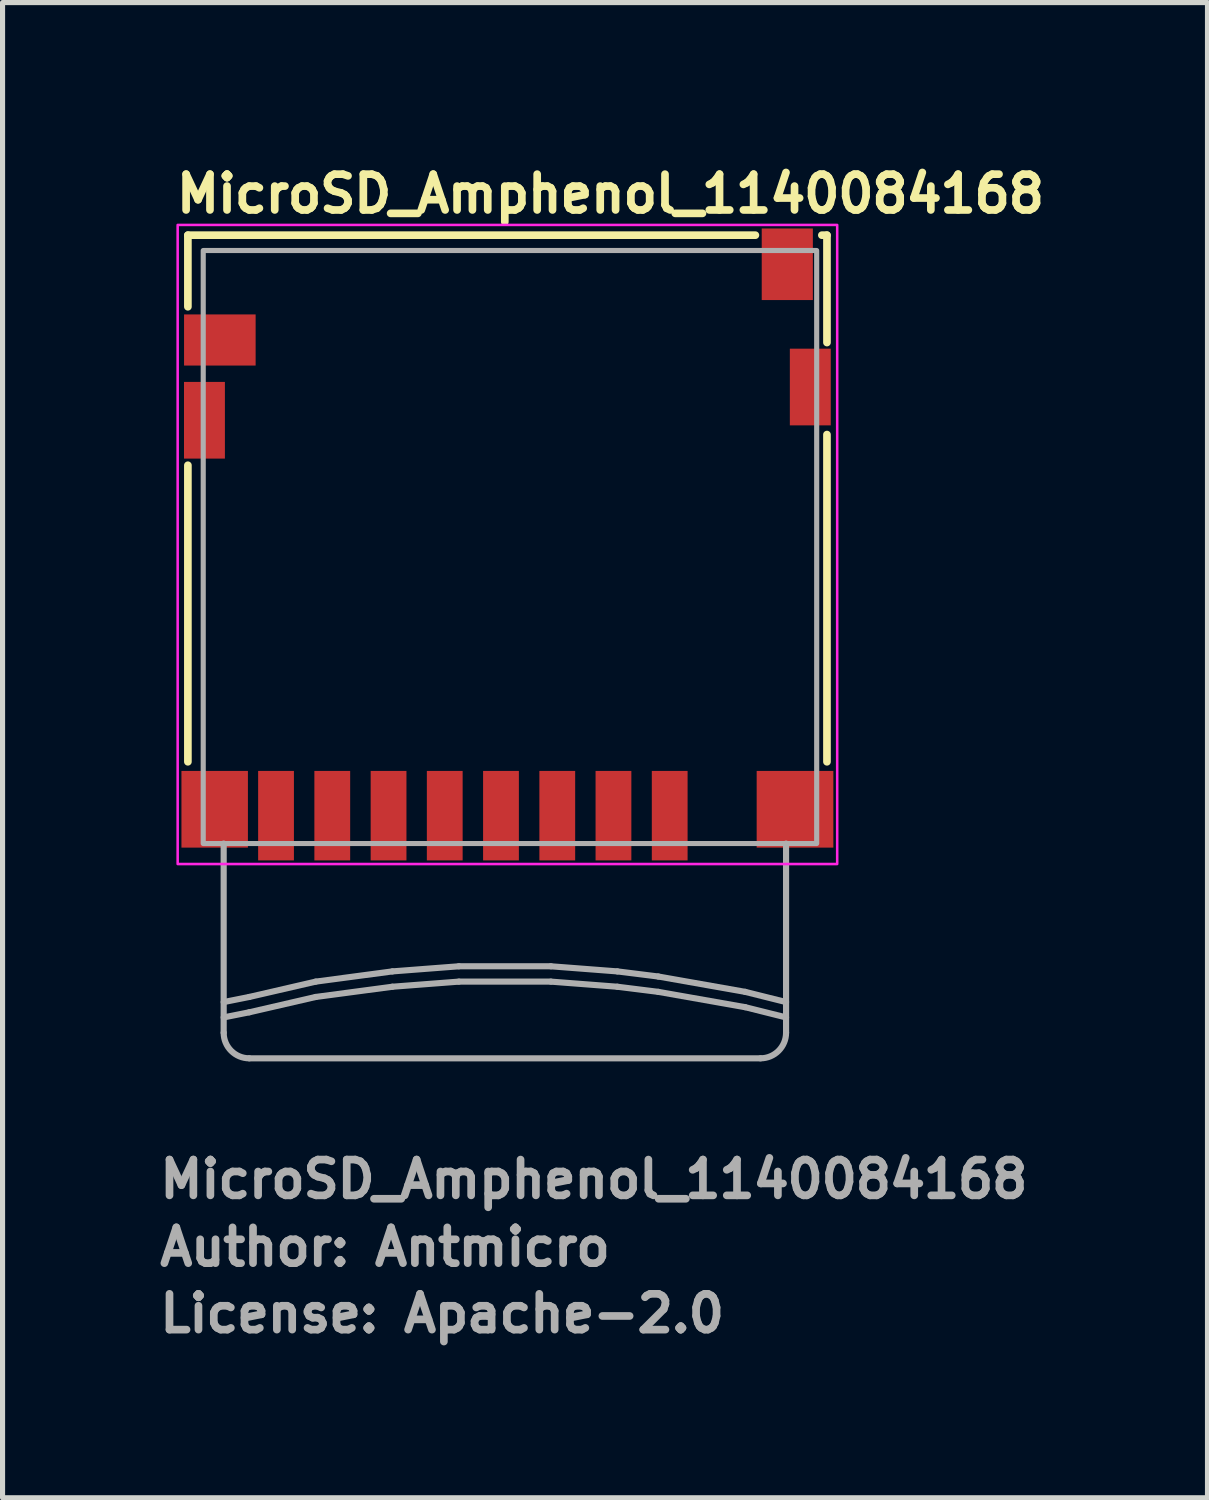
<source format=kicad_pcb>
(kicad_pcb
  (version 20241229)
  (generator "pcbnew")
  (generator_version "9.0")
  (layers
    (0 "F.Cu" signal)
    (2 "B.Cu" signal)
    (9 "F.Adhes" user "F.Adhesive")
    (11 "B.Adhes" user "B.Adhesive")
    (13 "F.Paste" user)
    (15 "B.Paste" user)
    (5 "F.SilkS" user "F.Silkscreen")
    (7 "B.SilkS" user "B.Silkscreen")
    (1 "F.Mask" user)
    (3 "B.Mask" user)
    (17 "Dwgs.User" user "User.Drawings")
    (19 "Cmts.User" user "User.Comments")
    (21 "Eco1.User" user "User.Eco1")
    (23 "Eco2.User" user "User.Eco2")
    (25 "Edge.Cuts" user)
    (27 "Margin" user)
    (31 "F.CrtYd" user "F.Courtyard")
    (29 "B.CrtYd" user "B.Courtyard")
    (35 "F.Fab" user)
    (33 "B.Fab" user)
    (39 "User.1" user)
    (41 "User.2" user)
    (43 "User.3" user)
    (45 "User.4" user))
  (footprint "MicroSD_Amphenol_1140084168"
    (layer "F.Cu")
    (at 6.925 7.65)
    (property "Reference" "MicroSD_Amphenol_1140084168" (at -6.6 -6.5 0) (layer "F.SilkS") (effects (font (size 0.7 0.7) (thickness 0.15)) (justify left bottom)))
    (attr smd)
    (fp_line (start -6.3 -6.1) (end -6.3 -4.7) (stroke (width 0.15) (type solid)) (layer "F.SilkS"))
    (fp_line (start -6.3 -1.6) (end -6.3 4.2) (stroke (width 0.15) (type solid)) (layer "F.SilkS"))
    (fp_line (start 4.8 -6.1) (end -6.3 -6.1) (stroke (width 0.15) (type solid)) (layer "F.SilkS"))
    (fp_line (start 6.2 -6.1) (end 6.1 -6.1) (stroke (width 0.15) (type solid)) (layer "F.SilkS"))
    (fp_line (start 6.2 -4) (end 6.2 -6.1) (stroke (width 0.15) (type solid)) (layer "F.SilkS"))
    (fp_line (start 6.2 4.2) (end 6.2 -2.2) (stroke (width 0.15) (type solid)) (layer "F.SilkS"))
    (fp_rect (start -6.5 -6.3) (end 6.4 6.2) (stroke (width 0.05) (type solid)) (fill no) (layer "F.CrtYd"))
    (fp_line (start -5.6 5.8) (end -5.6 9.5) (stroke (width 0.12) (type solid)) (layer "F.Fab"))
    (fp_line (start -5.1 8.8) (end -5.6 8.9) (stroke (width 0.12) (type solid)) (layer "F.Fab"))
    (fp_line (start -5.1 9.1) (end -5.6 9.2) (stroke (width 0.12) (type solid)) (layer "F.Fab"))
    (fp_line (start -3.8 8.5) (end -5.1 8.8) (stroke (width 0.12) (type solid)) (layer "F.Fab"))
    (fp_line (start -3.8 8.8) (end -5.1 9.1) (stroke (width 0.12) (type solid)) (layer "F.Fab"))
    (fp_line (start -2.3 8.3) (end -3.8 8.5) (stroke (width 0.12) (type solid)) (layer "F.Fab"))
    (fp_line (start -2.3 8.6) (end -3.8 8.8) (stroke (width 0.12) (type solid)) (layer "F.Fab"))
    (fp_line (start -1 8.2) (end -2.3 8.3) (stroke (width 0.12) (type solid)) (layer "F.Fab"))
    (fp_line (start -1 8.5) (end -2.3 8.6) (stroke (width 0.12) (type solid)) (layer "F.Fab"))
    (fp_line (start 0.8 8.2) (end -1 8.2) (stroke (width 0.12) (type solid)) (layer "F.Fab"))
    (fp_line (start 0.8 8.5) (end -1 8.5) (stroke (width 0.12) (type solid)) (layer "F.Fab"))
    (fp_line (start 2.1 8.3) (end 0.8 8.2) (stroke (width 0.12) (type solid)) (layer "F.Fab"))
    (fp_line (start 2.1 8.6) (end 0.8 8.5) (stroke (width 0.12) (type solid)) (layer "F.Fab"))
    (fp_line (start 2.9 8.4) (end 2.1 8.3) (stroke (width 0.12) (type solid)) (layer "F.Fab"))
    (fp_line (start 2.9 8.7) (end 2.1 8.6) (stroke (width 0.12) (type solid)) (layer "F.Fab"))
    (fp_line (start 4.6 8.7) (end 2.9 8.4) (stroke (width 0.12) (type solid)) (layer "F.Fab"))
    (fp_line (start 4.6 9) (end 2.9 8.7) (stroke (width 0.12) (type solid)) (layer "F.Fab"))
    (fp_line (start 4.9 10) (end -5.1 10) (stroke (width 0.12) (type solid)) (layer "F.Fab"))
    (fp_line (start 5.4 8.9) (end 4.6 8.7) (stroke (width 0.12) (type solid)) (layer "F.Fab"))
    (fp_line (start 5.4 9.2) (end 4.6 9) (stroke (width 0.12) (type solid)) (layer "F.Fab"))
    (fp_line (start 5.4 9.5) (end 5.4 5.8) (stroke (width 0.12) (type solid)) (layer "F.Fab"))
    (fp_rect (start -6 -5.8) (end 5.999 5.799) (stroke (width 0.1) (type solid)) (fill no) (layer "F.Fab"))
    (fp_arc (start -5.1 10) (mid -5.453553 9.853553) (end -5.6 9.5) (stroke (width 0.12) (type solid)) (layer "F.Fab"))
    (fp_arc (start 5.4 9.5) (mid 5.253553 9.853553) (end 4.9 10) (stroke (width 0.12) (type solid)) (layer "F.Fab"))
    (fp_rect (start -6 -5.8) (end 5.999 5.799) (stroke (width 0.1) (type solid)) (fill no) (layer "User.5"))
    (fp_line (start -6 -4.202) (end -5.601 -4.202) (stroke (width 0.02) (type solid)) (layer "User.9"))
    (fp_line (start -6 -3.801) (end -6 -4.202) (stroke (width 0.02) (type solid)) (layer "User.9"))
    (fp_line (start -6 -3) (end -5.8 -3) (stroke (width 0.02) (type solid)) (layer "User.9"))
    (fp_line (start -6 -2) (end -6 -3) (stroke (width 0.02) (type solid)) (layer "User.9"))
    (fp_line (start -6 -1.601) (end -5.8 -1.601) (stroke (width 0.02) (type solid)) (layer "User.9"))
    (fp_line (start -6 5.7) (end -6 -1.601) (stroke (width 0.02) (type solid)) (layer "User.9"))
    (fp_line (start -5.8 -3) (end -5.702 -3) (stroke (width 0.02) (type solid)) (layer "User.9"))
    (fp_line (start -5.8 -2) (end -6 -2) (stroke (width 0.02) (type solid)) (layer "User.9"))
    (fp_line (start -5.8 -2) (end -5.601 -2) (stroke (width 0.02) (type solid)) (layer "User.9"))
    (fp_line (start -5.8 5.7) (end -6 5.7) (stroke (width 0.02) (type solid)) (layer "User.9"))
    (fp_line (start -5.8 5.7) (end -4.869 5.7) (stroke (width 0.02) (type solid)) (layer "User.9"))
    (fp_line (start -5.702 -3) (end -5.696 -3.001) (stroke (width 0.02) (type solid)) (layer "User.9"))
    (fp_line (start -5.696 -3.001) (end -5.691 -3.001) (stroke (width 0.02) (type solid)) (layer "User.9"))
    (fp_line (start -5.691 -3.001) (end -5.686 -3.003) (stroke (width 0.02) (type solid)) (layer "User.9"))
    (fp_line (start -5.686 -3.003) (end -5.68 -3.004) (stroke (width 0.02) (type solid)) (layer "User.9"))
    (fp_line (start -5.68 -3.004) (end -5.677 -3.004) (stroke (width 0.02) (type solid)) (layer "User.9"))
    (fp_line (start -5.677 -3.004) (end -5.672 -3.005) (stroke (width 0.02) (type solid)) (layer "User.9"))
    (fp_line (start -5.672 -3.005) (end -5.667 -3.008) (stroke (width 0.02) (type solid)) (layer "User.9"))
    (fp_line (start -5.667 -3.008) (end -5.662 -3.008) (stroke (width 0.02) (type solid)) (layer "User.9"))
    (fp_line (start -5.662 -3.008) (end -5.657 -3.011) (stroke (width 0.02) (type solid)) (layer "User.9"))
    (fp_line (start -5.657 -3.011) (end -5.654 -3.013) (stroke (width 0.02) (type solid)) (layer "User.9"))
    (fp_line (start -5.654 -3.013) (end -5.649 -3.016) (stroke (width 0.02) (type solid)) (layer "User.9"))
    (fp_line (start -5.649 -3.016) (end -5.646 -3.019) (stroke (width 0.02) (type solid)) (layer "User.9"))
    (fp_line (start -5.646 -3.019) (end -5.641 -3.02) (stroke (width 0.02) (type solid)) (layer "User.9"))
    (fp_line (start -5.641 -3.02) (end -5.638 -3.024) (stroke (width 0.02) (type solid)) (layer "User.9"))
    (fp_line (start -5.638 -3.024) (end -5.633 -3.027) (stroke (width 0.02) (type solid)) (layer "User.9"))
    (fp_line (start -5.633 -3.027) (end -5.63 -3.031) (stroke (width 0.02) (type solid)) (layer "User.9"))
    (fp_line (start -5.63 -3.031) (end -5.627 -3.033) (stroke (width 0.02) (type solid)) (layer "User.9"))
    (fp_line (start -5.627 -3.033) (end -5.624 -3.037) (stroke (width 0.02) (type solid)) (layer "User.9"))
    (fp_line (start -5.624 -3.037) (end -5.62 -3.041) (stroke (width 0.02) (type solid)) (layer "User.9"))
    (fp_line (start -5.62 -3.041) (end -5.619 -3.045) (stroke (width 0.02) (type solid)) (layer "User.9"))
    (fp_line (start -5.619 -3.045) (end -5.616 -3.049) (stroke (width 0.02) (type solid)) (layer "User.9"))
    (fp_line (start -5.616 -3.049) (end -5.614 -3.053) (stroke (width 0.02) (type solid)) (layer "User.9"))
    (fp_line (start -5.614 -3.053) (end -5.611 -3.057) (stroke (width 0.02) (type solid)) (layer "User.9"))
    (fp_line (start -5.611 -3.057) (end -5.609 -3.063) (stroke (width 0.02) (type solid)) (layer "User.9"))
    (fp_line (start -5.609 -3.063) (end -5.608 -3.067) (stroke (width 0.02) (type solid)) (layer "User.9"))
    (fp_line (start -5.608 -3.067) (end -5.606 -3.072) (stroke (width 0.02) (type solid)) (layer "User.9"))
    (fp_line (start -5.606 -3.072) (end -5.604 -3.077) (stroke (width 0.02) (type solid)) (layer "User.9"))
    (fp_line (start -5.604 -3.077) (end -5.603 -3.081) (stroke (width 0.02) (type solid)) (layer "User.9"))
    (fp_line (start -5.603 -3.085) (end -5.601 -3.09) (stroke (width 0.02) (type solid)) (layer "User.9"))
    (fp_line (start -5.603 -3.081) (end -5.603 -3.085) (stroke (width 0.02) (type solid)) (layer "User.9"))
    (fp_line (start -5.601 -5) (end -5.401 -5.202) (stroke (width 0.02) (type solid)) (layer "User.9"))
    (fp_line (start -5.601 -3.801) (end -6 -3.801) (stroke (width 0.02) (type solid)) (layer "User.9"))
    (fp_line (start -5.601 -3.101) (end -5.601 -5) (stroke (width 0.02) (type solid)) (layer "User.9"))
    (fp_line (start -5.601 -3.096) (end -5.601 -3.101) (stroke (width 0.02) (type solid)) (layer "User.9"))
    (fp_line (start -5.601 -3.09) (end -5.601 -3.096) (stroke (width 0.02) (type solid)) (layer "User.9"))
    (fp_line (start -5.601 -2) (end -5.595 -2) (stroke (width 0.02) (type solid)) (layer "User.9"))
    (fp_line (start -5.601 -1.601) (end -5.8 -1.601) (stroke (width 0.02) (type solid)) (layer "User.9"))
    (fp_line (start -5.595 -2) (end -5.59 -2) (stroke (width 0.02) (type solid)) (layer "User.9"))
    (fp_line (start -5.595 -1.601) (end -5.601 -1.601) (stroke (width 0.02) (type solid)) (layer "User.9"))
    (fp_line (start -5.59 -2) (end -5.585 -2) (stroke (width 0.02) (type solid)) (layer "User.9"))
    (fp_line (start -5.59 -1.601) (end -5.595 -1.601) (stroke (width 0.02) (type solid)) (layer "User.9"))
    (fp_line (start -5.585 -2) (end -5.58 -1.998) (stroke (width 0.02) (type solid)) (layer "User.9"))
    (fp_line (start -5.585 -1.603) (end -5.59 -1.601) (stroke (width 0.02) (type solid)) (layer "User.9"))
    (fp_line (start -5.58 -1.998) (end -5.577 -1.998) (stroke (width 0.02) (type solid)) (layer "User.9"))
    (fp_line (start -5.58 -1.603) (end -5.585 -1.603) (stroke (width 0.02) (type solid)) (layer "User.9"))
    (fp_line (start -5.577 -1.998) (end -5.571 -1.996) (stroke (width 0.02) (type solid)) (layer "User.9"))
    (fp_line (start -5.577 -1.605) (end -5.58 -1.603) (stroke (width 0.02) (type solid)) (layer "User.9"))
    (fp_line (start -5.571 -1.996) (end -5.566 -1.994) (stroke (width 0.02) (type solid)) (layer "User.9"))
    (fp_line (start -5.571 -1.605) (end -5.577 -1.605) (stroke (width 0.02) (type solid)) (layer "User.9"))
    (fp_line (start -5.566 -1.994) (end -5.563 -1.994) (stroke (width 0.02) (type solid)) (layer "User.9"))
    (fp_line (start -5.566 -1.607) (end -5.571 -1.605) (stroke (width 0.02) (type solid)) (layer "User.9"))
    (fp_line (start -5.563 -1.994) (end -5.558 -1.992) (stroke (width 0.02) (type solid)) (layer "User.9"))
    (fp_line (start -5.563 -1.609) (end -5.566 -1.607) (stroke (width 0.02) (type solid)) (layer "User.9"))
    (fp_line (start -5.558 -1.992) (end -5.553 -1.988) (stroke (width 0.02) (type solid)) (layer "User.9"))
    (fp_line (start -5.558 -1.611) (end -5.563 -1.609) (stroke (width 0.02) (type solid)) (layer "User.9"))
    (fp_line (start -5.553 -1.988) (end -5.55 -1.986) (stroke (width 0.02) (type solid)) (layer "User.9"))
    (fp_line (start -5.553 -1.613) (end -5.558 -1.611) (stroke (width 0.02) (type solid)) (layer "User.9"))
    (fp_line (start -5.55 -1.986) (end -5.545 -1.984) (stroke (width 0.02) (type solid)) (layer "User.9"))
    (fp_line (start -5.55 -1.615) (end -5.553 -1.613) (stroke (width 0.02) (type solid)) (layer "User.9"))
    (fp_line (start -5.55 -1.615) (end -5.548 -1.617) (stroke (width 0.02) (type solid)) (layer "User.9"))
    (fp_line (start -5.548 -1.617) (end -5.545 -1.617) (stroke (width 0.02) (type solid)) (layer "User.9"))
    (fp_line (start -5.545 -1.984) (end -5.55 -1.988) (stroke (width 0.02) (type solid)) (layer "User.9"))
    (fp_line (start -5.545 -1.984) (end -5.542 -1.982) (stroke (width 0.02) (type solid)) (layer "User.9"))
    (fp_line (start -5.545 -1.619) (end -5.55 -1.615) (stroke (width 0.02) (type solid)) (layer "User.9"))
    (fp_line (start -5.545 -1.617) (end -5.542 -1.619) (stroke (width 0.02) (type solid)) (layer "User.9"))
    (fp_line (start -5.542 -1.982) (end -5.537 -1.978) (stroke (width 0.02) (type solid)) (layer "User.9"))
    (fp_line (start -5.542 -1.621) (end -5.545 -1.619) (stroke (width 0.02) (type solid)) (layer "User.9"))
    (fp_line (start -5.542 -1.619) (end -5.539 -1.621) (stroke (width 0.02) (type solid)) (layer "User.9"))
    (fp_line (start -5.539 -1.98) (end -5.545 -1.984) (stroke (width 0.02) (type solid)) (layer "User.9"))
    (fp_line (start -5.539 -1.621) (end -5.537 -1.623) (stroke (width 0.02) (type solid)) (layer "User.9"))
    (fp_line (start -5.537 -1.978) (end -5.534 -1.976) (stroke (width 0.02) (type solid)) (layer "User.9"))
    (fp_line (start -5.537 -1.623) (end -5.542 -1.621) (stroke (width 0.02) (type solid)) (layer "User.9"))
    (fp_line (start -5.537 -1.623) (end -5.534 -1.625) (stroke (width 0.02) (type solid)) (layer "User.9"))
    (fp_line (start -5.534 -1.976) (end -5.539 -1.98) (stroke (width 0.02) (type solid)) (layer "User.9"))
    (fp_line (start -5.534 -1.976) (end -5.531 -1.972) (stroke (width 0.02) (type solid)) (layer "User.9"))
    (fp_line (start -5.534 -1.627) (end -5.537 -1.623) (stroke (width 0.02) (type solid)) (layer "User.9"))
    (fp_line (start -5.534 -1.625) (end -5.532 -1.629) (stroke (width 0.02) (type solid)) (layer "User.9"))
    (fp_line (start -5.532 -1.629) (end -5.531 -1.631) (stroke (width 0.02) (type solid)) (layer "User.9"))
    (fp_line (start -5.531 -1.972) (end -5.534 -1.976) (stroke (width 0.02) (type solid)) (layer "User.9"))
    (fp_line (start -5.531 -1.972) (end -5.526 -1.968) (stroke (width 0.02) (type solid)) (layer "User.9"))
    (fp_line (start -5.531 -1.631) (end -5.534 -1.627) (stroke (width 0.02) (type solid)) (layer "User.9"))
    (fp_line (start -5.531 -1.631) (end -5.528 -1.633) (stroke (width 0.02) (type solid)) (layer "User.9"))
    (fp_line (start -5.528 -1.633) (end -5.526 -1.635) (stroke (width 0.02) (type solid)) (layer "User.9"))
    (fp_line (start -5.526 -1.968) (end -5.523 -1.964) (stroke (width 0.02) (type solid)) (layer "User.9"))
    (fp_line (start -5.526 -1.966) (end -5.531 -1.972) (stroke (width 0.02) (type solid)) (layer "User.9"))
    (fp_line (start -5.526 -1.635) (end -5.523 -1.637) (stroke (width 0.02) (type solid)) (layer "User.9"))
    (fp_line (start -5.526 -1.633) (end -5.531 -1.631) (stroke (width 0.02) (type solid)) (layer "User.9"))
    (fp_line (start -5.523 -1.964) (end -5.521 -1.96) (stroke (width 0.02) (type solid)) (layer "User.9"))
    (fp_line (start -5.523 -1.637) (end -5.526 -1.633) (stroke (width 0.02) (type solid)) (layer "User.9"))
    (fp_line (start -5.523 -1.637) (end -5.521 -1.641) (stroke (width 0.02) (type solid)) (layer "User.9"))
    (fp_line (start -5.521 -1.962) (end -5.526 -1.966) (stroke (width 0.02) (type solid)) (layer "User.9"))
    (fp_line (start -5.521 -1.96) (end -5.518 -1.956) (stroke (width 0.02) (type solid)) (layer "User.9"))
    (fp_line (start -5.521 -1.641) (end -5.523 -1.637) (stroke (width 0.02) (type solid)) (layer "User.9"))
    (fp_line (start -5.521 -1.641) (end -5.52 -1.643) (stroke (width 0.02) (type solid)) (layer "User.9"))
    (fp_line (start -5.52 -1.643) (end -5.518 -1.645) (stroke (width 0.02) (type solid)) (layer "User.9"))
    (fp_line (start -5.518 -1.956) (end -5.521 -1.962) (stroke (width 0.02) (type solid)) (layer "User.9"))
    (fp_line (start -5.518 -1.956) (end -5.515 -1.952) (stroke (width 0.02) (type solid)) (layer "User.9"))
    (fp_line (start -5.518 -1.645) (end -5.521 -1.641) (stroke (width 0.02) (type solid)) (layer "User.9"))
    (fp_line (start -5.518 -1.645) (end -5.516 -1.649) (stroke (width 0.02) (type solid)) (layer "User.9"))
    (fp_line (start -5.516 -1.649) (end -5.515 -1.651) (stroke (width 0.02) (type solid)) (layer "User.9"))
    (fp_line (start -5.515 -1.952) (end -5.513 -1.948) (stroke (width 0.02) (type solid)) (layer "User.9"))
    (fp_line (start -5.515 -1.95) (end -5.518 -1.956) (stroke (width 0.02) (type solid)) (layer "User.9"))
    (fp_line (start -5.515 -1.651) (end -5.513 -1.653) (stroke (width 0.02) (type solid)) (layer "User.9"))
    (fp_line (start -5.515 -1.649) (end -5.518 -1.645) (stroke (width 0.02) (type solid)) (layer "User.9"))
    (fp_line (start -5.513 -1.948) (end -5.51 -1.944) (stroke (width 0.02) (type solid)) (layer "User.9"))
    (fp_line (start -5.513 -1.653) (end -5.515 -1.649) (stroke (width 0.02) (type solid)) (layer "User.9"))
    (fp_line (start -5.513 -1.653) (end -5.512 -1.657) (stroke (width 0.02) (type solid)) (layer "User.9"))
    (fp_line (start -5.512 -1.946) (end -5.515 -1.95) (stroke (width 0.02) (type solid)) (layer "User.9"))
    (fp_line (start -5.512 -1.657) (end -5.51 -1.659) (stroke (width 0.02) (type solid)) (layer "User.9"))
    (fp_line (start -5.51 -1.944) (end -5.508 -1.94) (stroke (width 0.02) (type solid)) (layer "User.9"))
    (fp_line (start -5.51 -1.659) (end -5.508 -1.663) (stroke (width 0.02) (type solid)) (layer "User.9"))
    (fp_line (start -5.51 -1.657) (end -5.513 -1.653) (stroke (width 0.02) (type solid)) (layer "User.9"))
    (fp_line (start -5.508 -1.94) (end -5.512 -1.946) (stroke (width 0.02) (type solid)) (layer "User.9"))
    (fp_line (start -5.508 -1.94) (end -5.507 -1.936) (stroke (width 0.02) (type solid)) (layer "User.9"))
    (fp_line (start -5.508 -1.663) (end -5.51 -1.657) (stroke (width 0.02) (type solid)) (layer "User.9"))
    (fp_line (start -5.508 -1.663) (end -5.507 -1.666) (stroke (width 0.02) (type solid)) (layer "User.9"))
    (fp_line (start -5.507 -1.936) (end -5.505 -1.93) (stroke (width 0.02) (type solid)) (layer "User.9"))
    (fp_line (start -5.507 -1.934) (end -5.508 -1.94) (stroke (width 0.02) (type solid)) (layer "User.9"))
    (fp_line (start -5.507 -1.668) (end -5.505 -1.672) (stroke (width 0.02) (type solid)) (layer "User.9"))
    (fp_line (start -5.507 -1.666) (end -5.508 -1.663) (stroke (width 0.02) (type solid)) (layer "User.9"))
    (fp_line (start -5.507 -1.666) (end -5.507 -1.668) (stroke (width 0.02) (type solid)) (layer "User.9"))
    (fp_line (start -5.505 -1.93) (end -5.505 -1.926) (stroke (width 0.02) (type solid)) (layer "User.9"))
    (fp_line (start -5.505 -1.928) (end -5.507 -1.934) (stroke (width 0.02) (type solid)) (layer "User.9"))
    (fp_line (start -5.505 -1.926) (end -5.503 -1.922) (stroke (width 0.02) (type solid)) (layer "User.9"))
    (fp_line (start -5.505 -1.676) (end -5.505 -1.672) (stroke (width 0.02) (type solid)) (layer "User.9"))
    (fp_line (start -5.505 -1.674) (end -5.503 -1.678) (stroke (width 0.02) (type solid)) (layer "User.9"))
    (fp_line (start -5.505 -1.672) (end -5.507 -1.666) (stroke (width 0.02) (type solid)) (layer "User.9"))
    (fp_line (start -5.505 -1.672) (end -5.505 -1.674) (stroke (width 0.02) (type solid)) (layer "User.9"))
    (fp_line (start -5.503 -1.922) (end -5.502 -1.917) (stroke (width 0.02) (type solid)) (layer "User.9"))
    (fp_line (start -5.503 -1.68) (end -5.505 -1.676) (stroke (width 0.02) (type solid)) (layer "User.9"))
    (fp_line (start -5.503 -1.678) (end -5.502 -1.682) (stroke (width 0.02) (type solid)) (layer "User.9"))
    (fp_line (start -5.502 -1.92) (end -5.505 -1.928) (stroke (width 0.02) (type solid)) (layer "User.9"))
    (fp_line (start -5.502 -1.917) (end -5.502 -1.911) (stroke (width 0.02) (type solid)) (layer "User.9"))
    (fp_line (start -5.502 -1.915) (end -5.502 -1.92) (stroke (width 0.02) (type solid)) (layer "User.9"))
    (fp_line (start -5.502 -1.911) (end -5.502 -1.907) (stroke (width 0.02) (type solid)) (layer "User.9"))
    (fp_line (start -5.502 -1.907) (end -5.502 -1.915) (stroke (width 0.02) (type solid)) (layer "User.9"))
    (fp_line (start -5.502 -1.907) (end -5.5 -1.901) (stroke (width 0.02) (type solid)) (layer "User.9"))
    (fp_line (start -5.502 -1.698) (end -5.5 -1.7) (stroke (width 0.02) (type solid)) (layer "User.9"))
    (fp_line (start -5.502 -1.696) (end -5.502 -1.69) (stroke (width 0.02) (type solid)) (layer "User.9"))
    (fp_line (start -5.502 -1.694) (end -5.502 -1.698) (stroke (width 0.02) (type solid)) (layer "User.9"))
    (fp_line (start -5.502 -1.692) (end -5.502 -1.694) (stroke (width 0.02) (type solid)) (layer "User.9"))
    (fp_line (start -5.502 -1.69) (end -5.502 -1.686) (stroke (width 0.02) (type solid)) (layer "User.9"))
    (fp_line (start -5.502 -1.688) (end -5.502 -1.692) (stroke (width 0.02) (type solid)) (layer "User.9"))
    (fp_line (start -5.502 -1.686) (end -5.503 -1.68) (stroke (width 0.02) (type solid)) (layer "User.9"))
    (fp_line (start -5.502 -1.684) (end -5.502 -1.688) (stroke (width 0.02) (type solid)) (layer "User.9"))
    (fp_line (start -5.502 -1.682) (end -5.502 -1.684) (stroke (width 0.02) (type solid)) (layer "User.9"))
    (fp_line (start -5.5 -1.901) (end -5.502 -1.907) (stroke (width 0.02) (type solid)) (layer "User.9"))
    (fp_line (start -5.5 -1.901) (end -5.5 -1.7) (stroke (width 0.02) (type solid)) (layer "User.9"))
    (fp_line (start -5.5 -1.7) (end -5.502 -1.696) (stroke (width 0.02) (type solid)) (layer "User.9"))
    (fp_line (start -5.401 -5.601) (end -4.601 -5.601) (stroke (width 0.02) (type solid)) (layer "User.9"))
    (fp_line (start -5.401 -5.401) (end -5.401 -5.601) (stroke (width 0.02) (type solid)) (layer "User.9"))
    (fp_line (start -5.401 -5.202) (end -5.401 -5.401) (stroke (width 0.02) (type solid)) (layer "User.9"))
    (fp_line (start -4.869 5.7) (end -4.837 5.698) (stroke (width 0.02) (type solid)) (layer "User.9"))
    (fp_line (start -4.837 5.698) (end -4.806 5.695) (stroke (width 0.02) (type solid)) (layer "User.9"))
    (fp_line (start -4.806 5.695) (end -4.776 5.69) (stroke (width 0.02) (type solid)) (layer "User.9"))
    (fp_line (start -4.776 5.69) (end -4.747 5.684) (stroke (width 0.02) (type solid)) (layer "User.9"))
    (fp_line (start -4.747 5.684) (end -4.717 5.676) (stroke (width 0.02) (type solid)) (layer "User.9"))
    (fp_line (start -4.717 5.676) (end -4.688 5.666) (stroke (width 0.02) (type solid)) (layer "User.9"))
    (fp_line (start -4.702 5.799) (end -4.702 5.671) (stroke (width 0.02) (type solid)) (layer "User.9"))
    (fp_line (start -4.702 5.799) (end -4.401 5.799) (stroke (width 0.02) (type solid)) (layer "User.9"))
    (fp_line (start -4.688 5.666) (end -4.659 5.653) (stroke (width 0.02) (type solid)) (layer "User.9"))
    (fp_line (start -4.659 5.653) (end -4.632 5.639) (stroke (width 0.02) (type solid)) (layer "User.9"))
    (fp_line (start -4.632 5.639) (end -4.606 5.624) (stroke (width 0.02) (type solid)) (layer "User.9"))
    (fp_line (start -4.606 5.624) (end -4.58 5.608) (stroke (width 0.02) (type solid)) (layer "User.9"))
    (fp_line (start -4.601 -5.601) (end -5.401 -5.601) (stroke (width 0.02) (type solid)) (layer "User.9"))
    (fp_line (start -4.601 -5.601) (end -4.601 -5.401) (stroke (width 0.02) (type solid)) (layer "User.9"))
    (fp_line (start -4.601 -5.401) (end -4.601 -5.202) (stroke (width 0.02) (type solid)) (layer "User.9"))
    (fp_line (start -4.601 -5.202) (end -4.401 -5) (stroke (width 0.02) (type solid)) (layer "User.9"))
    (fp_line (start -4.58 5.608) (end -4.556 5.589) (stroke (width 0.02) (type solid)) (layer "User.9"))
    (fp_line (start -4.556 5.589) (end -4.534 5.57) (stroke (width 0.02) (type solid)) (layer "User.9"))
    (fp_line (start -4.534 5.57) (end -4.512 5.549) (stroke (width 0.02) (type solid)) (layer "User.9"))
    (fp_line (start -4.512 5.549) (end -4.491 5.525) (stroke (width 0.02) (type solid)) (layer "User.9"))
    (fp_line (start -4.491 5.525) (end -4.47 5.501) (stroke (width 0.02) (type solid)) (layer "User.9"))
    (fp_line (start -4.47 5.501) (end -4.452 5.477) (stroke (width 0.02) (type solid)) (layer "User.9"))
    (fp_line (start -4.401 -5) (end -4.401 -4.901) (stroke (width 0.02) (type solid)) (layer "User.9"))
    (fp_line (start -4.401 -4.901) (end -4.401 -4.896) (stroke (width 0.02) (type solid)) (layer "User.9"))
    (fp_line (start -4.401 -4.896) (end -4.401 -4.89) (stroke (width 0.02) (type solid)) (layer "User.9"))
    (fp_line (start -4.401 -4.89) (end -4.399 -4.885) (stroke (width 0.02) (type solid)) (layer "User.9"))
    (fp_line (start -4.401 5.4) (end -4.401 5.799) (stroke (width 0.02) (type solid)) (layer "User.9"))
    (fp_line (start -4.399 -4.885) (end -4.398 -4.88) (stroke (width 0.02) (type solid)) (layer "User.9"))
    (fp_line (start -4.398 -4.88) (end -4.398 -4.877) (stroke (width 0.02) (type solid)) (layer "User.9"))
    (fp_line (start -4.398 -4.877) (end -4.396 -4.872) (stroke (width 0.02) (type solid)) (layer "User.9"))
    (fp_line (start -4.396 -4.872) (end -4.395 -4.866) (stroke (width 0.02) (type solid)) (layer "User.9"))
    (fp_line (start -4.395 -4.866) (end -4.393 -4.862) (stroke (width 0.02) (type solid)) (layer "User.9"))
    (fp_line (start -4.393 -4.862) (end -4.391 -4.858) (stroke (width 0.02) (type solid)) (layer "User.9"))
    (fp_line (start -4.391 -4.858) (end -4.388 -4.853) (stroke (width 0.02) (type solid)) (layer "User.9"))
    (fp_line (start -4.388 -4.853) (end -4.387 -4.85) (stroke (width 0.02) (type solid)) (layer "User.9"))
    (fp_line (start -4.387 -4.85) (end -4.383 -4.845) (stroke (width 0.02) (type solid)) (layer "User.9"))
    (fp_line (start -4.383 -4.845) (end -4.382 -4.842) (stroke (width 0.02) (type solid)) (layer "User.9"))
    (fp_line (start -4.382 -4.842) (end -4.379 -4.837) (stroke (width 0.02) (type solid)) (layer "User.9"))
    (fp_line (start -4.379 -4.837) (end -4.375 -4.834) (stroke (width 0.02) (type solid)) (layer "User.9"))
    (fp_line (start -4.375 -4.834) (end -4.372 -4.83) (stroke (width 0.02) (type solid)) (layer "User.9"))
    (fp_line (start -4.372 -4.83) (end -4.369 -4.827) (stroke (width 0.02) (type solid)) (layer "User.9"))
    (fp_line (start -4.369 -4.827) (end -4.364 -4.824) (stroke (width 0.02) (type solid)) (layer "User.9"))
    (fp_line (start -4.364 -4.824) (end -4.361 -4.821) (stroke (width 0.02) (type solid)) (layer "User.9"))
    (fp_line (start -4.361 -4.821) (end -4.356 -4.819) (stroke (width 0.02) (type solid)) (layer "User.9"))
    (fp_line (start -4.356 -4.819) (end -4.353 -4.816) (stroke (width 0.02) (type solid)) (layer "User.9"))
    (fp_line (start -4.353 -4.816) (end -4.348 -4.813) (stroke (width 0.02) (type solid)) (layer "User.9"))
    (fp_line (start -4.348 -4.813) (end -4.345 -4.811) (stroke (width 0.02) (type solid)) (layer "User.9"))
    (fp_line (start -4.345 -4.811) (end -4.34 -4.808) (stroke (width 0.02) (type solid)) (layer "User.9"))
    (fp_line (start -4.34 -4.808) (end -4.335 -4.808) (stroke (width 0.02) (type solid)) (layer "User.9"))
    (fp_line (start -4.335 -4.808) (end -4.33 -4.805) (stroke (width 0.02) (type solid)) (layer "User.9"))
    (fp_line (start -4.33 -4.805) (end -4.326 -4.805) (stroke (width 0.02) (type solid)) (layer "User.9"))
    (fp_line (start -4.326 -4.805) (end -4.321 -4.803) (stroke (width 0.02) (type solid)) (layer "User.9"))
    (fp_line (start -4.321 -4.803) (end -4.316 -4.803) (stroke (width 0.02) (type solid)) (layer "User.9"))
    (fp_line (start -4.316 -4.803) (end -4.311 -4.802) (stroke (width 0.02) (type solid)) (layer "User.9"))
    (fp_line (start -4.311 -4.802) (end -4.306 -4.802) (stroke (width 0.02) (type solid)) (layer "User.9"))
    (fp_line (start -4.306 -4.802) (end -4.3 -4.8) (stroke (width 0.02) (type solid)) (layer "User.9"))
    (fp_line (start -4.3 -4.8) (end -4 -4.8) (stroke (width 0.02) (type solid)) (layer "User.9"))
    (fp_line (start -4 -4.8) (end -3.996 -4.802) (stroke (width 0.02) (type solid)) (layer "User.9"))
    (fp_line (start -3.996 -4.802) (end -3.991 -4.802) (stroke (width 0.02) (type solid)) (layer "User.9"))
    (fp_line (start -3.991 -4.802) (end -3.985 -4.803) (stroke (width 0.02) (type solid)) (layer "User.9"))
    (fp_line (start -3.985 -4.803) (end -3.98 -4.803) (stroke (width 0.02) (type solid)) (layer "User.9"))
    (fp_line (start -3.98 -4.803) (end -3.976 -4.805) (stroke (width 0.02) (type solid)) (layer "User.9"))
    (fp_line (start -3.976 -4.805) (end -3.972 -4.805) (stroke (width 0.02) (type solid)) (layer "User.9"))
    (fp_line (start -3.972 -4.805) (end -3.967 -4.808) (stroke (width 0.02) (type solid)) (layer "User.9"))
    (fp_line (start -3.967 -4.808) (end -3.963 -4.808) (stroke (width 0.02) (type solid)) (layer "User.9"))
    (fp_line (start -3.963 -4.808) (end -3.958 -4.811) (stroke (width 0.02) (type solid)) (layer "User.9"))
    (fp_line (start -3.958 -4.811) (end -3.954 -4.813) (stroke (width 0.02) (type solid)) (layer "User.9"))
    (fp_line (start -3.954 -4.813) (end -3.95 -4.816) (stroke (width 0.02) (type solid)) (layer "User.9"))
    (fp_line (start -3.95 -4.816) (end -3.946 -4.819) (stroke (width 0.02) (type solid)) (layer "User.9"))
    (fp_line (start -3.95 4.722) (end -4.452 5.477) (stroke (width 0.02) (type solid)) (layer "User.9"))
    (fp_line (start -3.946 -4.819) (end -3.942 -4.821) (stroke (width 0.02) (type solid)) (layer "User.9"))
    (fp_line (start -3.942 -4.821) (end -3.938 -4.824) (stroke (width 0.02) (type solid)) (layer "User.9"))
    (fp_line (start -3.938 -4.824) (end -3.934 -4.827) (stroke (width 0.02) (type solid)) (layer "User.9"))
    (fp_line (start -3.934 -4.827) (end -3.931 -4.83) (stroke (width 0.02) (type solid)) (layer "User.9"))
    (fp_line (start -3.931 -4.83) (end -3.927 -4.834) (stroke (width 0.02) (type solid)) (layer "User.9"))
    (fp_line (start -3.931 4.696) (end -3.95 4.722) (stroke (width 0.02) (type solid)) (layer "User.9"))
    (fp_line (start -3.927 -4.834) (end -3.923 -4.837) (stroke (width 0.02) (type solid)) (layer "User.9"))
    (fp_line (start -3.923 -4.837) (end -3.92 -4.842) (stroke (width 0.02) (type solid)) (layer "User.9"))
    (fp_line (start -3.92 -4.842) (end -3.919 -4.845) (stroke (width 0.02) (type solid)) (layer "User.9"))
    (fp_line (start -3.919 -4.845) (end -3.915 -4.85) (stroke (width 0.02) (type solid)) (layer "User.9"))
    (fp_line (start -3.915 -4.85) (end -3.914 -4.853) (stroke (width 0.02) (type solid)) (layer "User.9"))
    (fp_line (start -3.914 -4.853) (end -3.911 -4.858) (stroke (width 0.02) (type solid)) (layer "User.9"))
    (fp_line (start -3.911 -4.858) (end -3.908 -4.862) (stroke (width 0.02) (type solid)) (layer "User.9"))
    (fp_line (start -3.911 4.672) (end -3.931 4.696) (stroke (width 0.02) (type solid)) (layer "User.9"))
    (fp_line (start -3.908 -4.862) (end -3.907 -4.866) (stroke (width 0.02) (type solid)) (layer "User.9"))
    (fp_line (start -3.907 -4.866) (end -3.906 -4.872) (stroke (width 0.02) (type solid)) (layer "User.9"))
    (fp_line (start -3.906 -4.872) (end -3.904 -4.877) (stroke (width 0.02) (type solid)) (layer "User.9"))
    (fp_line (start -3.904 -4.877) (end -3.903 -4.88) (stroke (width 0.02) (type solid)) (layer "User.9"))
    (fp_line (start -3.903 -4.885) (end -3.902 -4.89) (stroke (width 0.02) (type solid)) (layer "User.9"))
    (fp_line (start -3.903 -4.88) (end -3.903 -4.885) (stroke (width 0.02) (type solid)) (layer "User.9"))
    (fp_line (start -3.902 -4.896) (end -3.9 -4.901) (stroke (width 0.02) (type solid)) (layer "User.9"))
    (fp_line (start -3.902 -4.89) (end -3.902 -4.896) (stroke (width 0.02) (type solid)) (layer "User.9"))
    (fp_line (start -3.9 -5.601) (end -3.759 -5.742) (stroke (width 0.02) (type solid)) (layer "User.9"))
    (fp_line (start -3.9 -4.901) (end -3.9 -5.601) (stroke (width 0.02) (type solid)) (layer "User.9"))
    (fp_line (start -3.891 4.65) (end -3.911 4.672) (stroke (width 0.02) (type solid)) (layer "User.9"))
    (fp_line (start -3.868 4.629) (end -3.891 4.65) (stroke (width 0.02) (type solid)) (layer "User.9"))
    (fp_line (start -3.846 4.608) (end -3.868 4.629) (stroke (width 0.02) (type solid)) (layer "User.9"))
    (fp_line (start -3.822 4.591) (end -3.846 4.608) (stroke (width 0.02) (type solid)) (layer "User.9"))
    (fp_line (start -3.795 4.573) (end -3.822 4.591) (stroke (width 0.02) (type solid)) (layer "User.9"))
    (fp_line (start -3.77 4.559) (end -3.795 4.573) (stroke (width 0.02) (type solid)) (layer "User.9"))
    (fp_line (start -3.759 -5.742) (end -3.759 -5.742) (stroke (width 0.02) (type solid)) (layer "User.9"))
    (fp_line (start -3.759 -5.742) (end -3.701 -5.8) (stroke (width 0.02) (type solid)) (layer "User.9"))
    (fp_line (start -3.742 4.544) (end -3.77 4.559) (stroke (width 0.02) (type solid)) (layer "User.9"))
    (fp_line (start -3.714 4.533) (end -3.742 4.544) (stroke (width 0.02) (type solid)) (layer "User.9"))
    (fp_line (start -3.701 -5.8) (end -2.9 -5.8) (stroke (width 0.02) (type solid)) (layer "User.9"))
    (fp_line (start -3.685 4.522) (end -3.714 4.533) (stroke (width 0.02) (type solid)) (layer "User.9"))
    (fp_line (start -3.656 4.514) (end -3.685 4.522) (stroke (width 0.02) (type solid)) (layer "User.9"))
    (fp_line (start -3.625 4.507) (end -3.656 4.514) (stroke (width 0.02) (type solid)) (layer "User.9"))
    (fp_line (start -3.601 4.6) (end -3.834 4.6) (stroke (width 0.02) (type solid)) (layer "User.9"))
    (fp_line (start -3.601 4.881) (end -3.601 4.6) (stroke (width 0.02) (type solid)) (layer "User.9"))
    (fp_line (start -3.601 4.969) (end -3.601 4.881) (stroke (width 0.02) (type solid)) (layer "User.9"))
    (fp_line (start -3.601 5.171) (end -3.601 4.969) (stroke (width 0.02) (type solid)) (layer "User.9"))
    (fp_line (start -3.601 5.256) (end -3.601 5.171) (stroke (width 0.02) (type solid)) (layer "User.9"))
    (fp_line (start -3.601 5.799) (end -3.601 5.256) (stroke (width 0.02) (type solid)) (layer "User.9"))
    (fp_line (start -3.601 5.799) (end -3.301 5.799) (stroke (width 0.02) (type solid)) (layer "User.9"))
    (fp_line (start -3.596 4.503) (end -3.625 4.507) (stroke (width 0.02) (type solid)) (layer "User.9"))
    (fp_line (start -3.564 4.499) (end -3.596 4.503) (stroke (width 0.02) (type solid)) (layer "User.9"))
    (fp_line (start -3.533 4.498) (end -3.564 4.499) (stroke (width 0.02) (type solid)) (layer "User.9"))
    (fp_line (start -3.301 4.6) (end -3.301 4.881) (stroke (width 0.02) (type solid)) (layer "User.9"))
    (fp_line (start -3.301 4.881) (end -3.301 4.969) (stroke (width 0.02) (type solid)) (layer "User.9"))
    (fp_line (start -3.301 4.969) (end -3.301 5.171) (stroke (width 0.02) (type solid)) (layer "User.9"))
    (fp_line (start -3.301 5.171) (end -3.301 5.256) (stroke (width 0.02) (type solid)) (layer "User.9"))
    (fp_line (start -3.301 5.256) (end -3.301 5.799) (stroke (width 0.02) (type solid)) (layer "User.9"))
    (fp_line (start -3.051 4.498) (end -3.051 4.6) (stroke (width 0.02) (type solid)) (layer "User.9"))
    (fp_line (start -3.051 4.6) (end -3.301 4.6) (stroke (width 0.02) (type solid)) (layer "User.9"))
    (fp_line (start -2.9 -5.8) (end -3.701 -5.8) (stroke (width 0.02) (type solid)) (layer "User.9"))
    (fp_line (start -2.9 -5.8) (end -2.9 -5.601) (stroke (width 0.02) (type solid)) (layer "User.9"))
    (fp_line (start -2.9 -5.601) (end -2.9 -5.596) (stroke (width 0.02) (type solid)) (layer "User.9"))
    (fp_line (start -2.9 -5.596) (end -2.9 -5.592) (stroke (width 0.02) (type solid)) (layer "User.9"))
    (fp_line (start -2.9 -5.592) (end -2.899 -5.587) (stroke (width 0.02) (type solid)) (layer "User.9"))
    (fp_line (start -2.899 -5.587) (end -2.899 -5.582) (stroke (width 0.02) (type solid)) (layer "User.9"))
    (fp_line (start -2.899 -5.582) (end -2.898 -5.577) (stroke (width 0.02) (type solid)) (layer "User.9"))
    (fp_line (start -2.898 -5.577) (end -2.896 -5.571) (stroke (width 0.02) (type solid)) (layer "User.9"))
    (fp_line (start -2.896 -5.571) (end -2.895 -5.568) (stroke (width 0.02) (type solid)) (layer "User.9"))
    (fp_line (start -2.895 -5.568) (end -2.894 -5.563) (stroke (width 0.02) (type solid)) (layer "User.9"))
    (fp_line (start -2.894 -5.563) (end -2.891 -5.558) (stroke (width 0.02) (type solid)) (layer "User.9"))
    (fp_line (start -2.891 -5.558) (end -2.89 -5.553) (stroke (width 0.02) (type solid)) (layer "User.9"))
    (fp_line (start -2.89 -5.553) (end -2.887 -5.55) (stroke (width 0.02) (type solid)) (layer "User.9"))
    (fp_line (start -2.887 -5.55) (end -2.884 -5.545) (stroke (width 0.02) (type solid)) (layer "User.9"))
    (fp_line (start -2.884 -5.545) (end -2.882 -5.542) (stroke (width 0.02) (type solid)) (layer "User.9"))
    (fp_line (start -2.882 -5.542) (end -2.879 -5.537) (stroke (width 0.02) (type solid)) (layer "User.9"))
    (fp_line (start -2.879 -5.537) (end -2.875 -5.534) (stroke (width 0.02) (type solid)) (layer "User.9"))
    (fp_line (start -2.875 -5.534) (end -2.871 -5.531) (stroke (width 0.02) (type solid)) (layer "User.9"))
    (fp_line (start -2.871 -5.531) (end -2.871 -5.531) (stroke (width 0.02) (type solid)) (layer "User.9"))
    (fp_line (start -2.871 -5.531) (end -2.868 -5.526) (stroke (width 0.02) (type solid)) (layer "User.9"))
    (fp_line (start -2.868 -5.526) (end -2.864 -5.523) (stroke (width 0.02) (type solid)) (layer "User.9"))
    (fp_line (start -2.864 -5.523) (end -2.86 -5.521) (stroke (width 0.02) (type solid)) (layer "User.9"))
    (fp_line (start -2.86 -5.521) (end -2.856 -5.518) (stroke (width 0.02) (type solid)) (layer "User.9"))
    (fp_line (start -2.856 -5.518) (end -2.852 -5.515) (stroke (width 0.02) (type solid)) (layer "User.9"))
    (fp_line (start -2.852 -5.515) (end -2.848 -5.513) (stroke (width 0.02) (type solid)) (layer "User.9"))
    (fp_line (start -2.848 -5.513) (end -2.843 -5.51) (stroke (width 0.02) (type solid)) (layer "User.9"))
    (fp_line (start -2.843 -5.51) (end -2.839 -5.508) (stroke (width 0.02) (type solid)) (layer "User.9"))
    (fp_line (start -2.839 -5.508) (end -2.835 -5.507) (stroke (width 0.02) (type solid)) (layer "User.9"))
    (fp_line (start -2.835 -5.507) (end -2.831 -5.505) (stroke (width 0.02) (type solid)) (layer "User.9"))
    (fp_line (start -2.831 -5.505) (end -2.826 -5.505) (stroke (width 0.02) (type solid)) (layer "User.9"))
    (fp_line (start -2.826 -5.505) (end -2.82 -5.502) (stroke (width 0.02) (type solid)) (layer "User.9"))
    (fp_line (start -2.82 -5.502) (end -2.815 -5.502) (stroke (width 0.02) (type solid)) (layer "User.9"))
    (fp_line (start -2.815 -5.502) (end -2.81 -5.502) (stroke (width 0.02) (type solid)) (layer "User.9"))
    (fp_line (start -2.81 -5.502) (end -2.806 -5.502) (stroke (width 0.02) (type solid)) (layer "User.9"))
    (fp_line (start -2.806 -5.502) (end -2.801 -5.5) (stroke (width 0.02) (type solid)) (layer "User.9"))
    (fp_line (start -2.801 -5.5) (end -2.742 -5.5) (stroke (width 0.02) (type solid)) (layer "User.9"))
    (fp_line (start -2.75 4.498) (end -2.75 4.6) (stroke (width 0.02) (type solid)) (layer "User.9"))
    (fp_line (start -2.742 -5.5) (end -2.738 -5.502) (stroke (width 0.02) (type solid)) (layer "User.9"))
    (fp_line (start -2.738 -5.502) (end -2.733 -5.502) (stroke (width 0.02) (type solid)) (layer "User.9"))
    (fp_line (start -2.733 -5.502) (end -2.727 -5.502) (stroke (width 0.02) (type solid)) (layer "User.9"))
    (fp_line (start -2.727 -5.502) (end -2.722 -5.503) (stroke (width 0.02) (type solid)) (layer "User.9"))
    (fp_line (start -2.722 -5.503) (end -2.718 -5.505) (stroke (width 0.02) (type solid)) (layer "User.9"))
    (fp_line (start -2.718 -5.505) (end -2.714 -5.505) (stroke (width 0.02) (type solid)) (layer "User.9"))
    (fp_line (start -2.714 -5.505) (end -2.709 -5.507) (stroke (width 0.02) (type solid)) (layer "User.9"))
    (fp_line (start -2.709 -5.507) (end -2.705 -5.508) (stroke (width 0.02) (type solid)) (layer "User.9"))
    (fp_line (start -2.705 -5.508) (end -2.699 -5.51) (stroke (width 0.02) (type solid)) (layer "User.9"))
    (fp_line (start -2.699 -5.51) (end -2.695 -5.513) (stroke (width 0.02) (type solid)) (layer "User.9"))
    (fp_line (start -2.695 -5.513) (end -2.691 -5.515) (stroke (width 0.02) (type solid)) (layer "User.9"))
    (fp_line (start -2.691 -5.515) (end -2.688 -5.518) (stroke (width 0.02) (type solid)) (layer "User.9"))
    (fp_line (start -2.688 -5.518) (end -2.684 -5.521) (stroke (width 0.02) (type solid)) (layer "User.9"))
    (fp_line (start -2.684 -5.521) (end -2.68 -5.523) (stroke (width 0.02) (type solid)) (layer "User.9"))
    (fp_line (start -2.68 -5.523) (end -2.676 -5.526) (stroke (width 0.02) (type solid)) (layer "User.9"))
    (fp_line (start -2.676 -5.526) (end -2.672 -5.531) (stroke (width 0.02) (type solid)) (layer "User.9"))
    (fp_line (start -2.672 -5.531) (end -2.69 -5.516) (stroke (width 0.02) (type solid)) (layer "User.9"))
    (fp_line (start -2.672 -5.531) (end -2.549 -5.653) (stroke (width 0.02) (type solid)) (layer "User.9"))
    (fp_line (start -2.549 -5.653) (end -2.549 -5.653) (stroke (width 0.02) (type solid)) (layer "User.9"))
    (fp_line (start -2.549 -5.653) (end -2.5 -5.702) (stroke (width 0.02) (type solid)) (layer "User.9"))
    (fp_line (start -2.5 -5.702) (end 2.1 -5.702) (stroke (width 0.02) (type solid)) (layer "User.9"))
    (fp_line (start -2.5 4.6) (end -2.75 4.6) (stroke (width 0.02) (type solid)) (layer "User.9"))
    (fp_line (start -2.5 4.881) (end -2.5 4.6) (stroke (width 0.02) (type solid)) (layer "User.9"))
    (fp_line (start -2.5 4.969) (end -2.5 4.881) (stroke (width 0.02) (type solid)) (layer "User.9"))
    (fp_line (start -2.5 5.171) (end -2.5 4.969) (stroke (width 0.02) (type solid)) (layer "User.9"))
    (fp_line (start -2.5 5.256) (end -2.5 5.171) (stroke (width 0.02) (type solid)) (layer "User.9"))
    (fp_line (start -2.5 5.799) (end -2.5 5.256) (stroke (width 0.02) (type solid)) (layer "User.9"))
    (fp_line (start -2.5 5.799) (end -2.202 5.799) (stroke (width 0.02) (type solid)) (layer "User.9"))
    (fp_line (start -2.202 4.6) (end -2.202 4.881) (stroke (width 0.02) (type solid)) (layer "User.9"))
    (fp_line (start -2.202 4.881) (end -2.202 4.969) (stroke (width 0.02) (type solid)) (layer "User.9"))
    (fp_line (start -2.202 4.969) (end -2.202 5.171) (stroke (width 0.02) (type solid)) (layer "User.9"))
    (fp_line (start -2.202 5.171) (end -2.202 5.256) (stroke (width 0.02) (type solid)) (layer "User.9"))
    (fp_line (start -2.202 5.256) (end -2.202 5.799) (stroke (width 0.02) (type solid)) (layer "User.9"))
    (fp_line (start -1.95 4.498) (end -1.95 4.6) (stroke (width 0.02) (type solid)) (layer "User.9"))
    (fp_line (start -1.95 4.6) (end -2.202 4.6) (stroke (width 0.02) (type solid)) (layer "User.9"))
    (fp_line (start -1.651 4.498) (end -1.651 4.6) (stroke (width 0.02) (type solid)) (layer "User.9"))
    (fp_line (start -1.401 4.6) (end -1.651 4.6) (stroke (width 0.02) (type solid)) (layer "User.9"))
    (fp_line (start -1.401 4.881) (end -1.401 4.6) (stroke (width 0.02) (type solid)) (layer "User.9"))
    (fp_line (start -1.401 4.969) (end -1.401 4.881) (stroke (width 0.02) (type solid)) (layer "User.9"))
    (fp_line (start -1.401 5.171) (end -1.401 4.969) (stroke (width 0.02) (type solid)) (layer "User.9"))
    (fp_line (start -1.401 5.256) (end -1.401 5.171) (stroke (width 0.02) (type solid)) (layer "User.9"))
    (fp_line (start -1.401 5.799) (end -1.401 5.256) (stroke (width 0.02) (type solid)) (layer "User.9"))
    (fp_line (start -1.401 5.799) (end -1.101 5.799) (stroke (width 0.02) (type solid)) (layer "User.9"))
    (fp_line (start -1.101 4.6) (end -1.101 4.881) (stroke (width 0.02) (type solid)) (layer "User.9"))
    (fp_line (start -1.101 4.881) (end -1.101 4.969) (stroke (width 0.02) (type solid)) (layer "User.9"))
    (fp_line (start -1.101 4.969) (end -1.101 5.171) (stroke (width 0.02) (type solid)) (layer "User.9"))
    (fp_line (start -1.101 5.171) (end -1.101 5.256) (stroke (width 0.02) (type solid)) (layer "User.9"))
    (fp_line (start -1.101 5.256) (end -1.101 5.799) (stroke (width 0.02) (type solid)) (layer "User.9"))
    (fp_line (start -0.85 4.498) (end -0.85 4.6) (stroke (width 0.02) (type solid)) (layer "User.9"))
    (fp_line (start -0.85 4.6) (end -1.101 4.6) (stroke (width 0.02) (type solid)) (layer "User.9"))
    (fp_line (start -0.552 4.498) (end -0.552 4.6) (stroke (width 0.02) (type solid)) (layer "User.9"))
    (fp_line (start -0.3 4.6) (end -0.552 4.6) (stroke (width 0.02) (type solid)) (layer "User.9"))
    (fp_line (start -0.3 4.881) (end -0.3 4.6) (stroke (width 0.02) (type solid)) (layer "User.9"))
    (fp_line (start -0.3 4.969) (end -0.3 4.881) (stroke (width 0.02) (type solid)) (layer "User.9"))
    (fp_line (start -0.3 5.171) (end -0.3 4.969) (stroke (width 0.02) (type solid)) (layer "User.9"))
    (fp_line (start -0.3 5.256) (end -0.3 5.171) (stroke (width 0.02) (type solid)) (layer "User.9"))
    (fp_line (start -0.3 5.799) (end -0.3 5.256) (stroke (width 0.02) (type solid)) (layer "User.9"))
    (fp_line (start -0.3 5.799) (end 0 5.799) (stroke (width 0.02) (type solid)) (layer "User.9"))
    (fp_line (start 0 4.6) (end 0 4.881) (stroke (width 0.02) (type solid)) (layer "User.9"))
    (fp_line (start 0 4.881) (end 0 4.969) (stroke (width 0.02) (type solid)) (layer "User.9"))
    (fp_line (start 0 4.969) (end 0 5.171) (stroke (width 0.02) (type solid)) (layer "User.9"))
    (fp_line (start 0 5.171) (end 0 5.256) (stroke (width 0.02) (type solid)) (layer "User.9"))
    (fp_line (start 0 5.256) (end 0 5.799) (stroke (width 0.02) (type solid)) (layer "User.9"))
    (fp_line (start 0.248 4.498) (end 0.248 4.6) (stroke (width 0.02) (type solid)) (layer "User.9"))
    (fp_line (start 0.248 4.6) (end 0 4.6) (stroke (width 0.02) (type solid)) (layer "User.9"))
    (fp_line (start 0.55 4.498) (end 0.55 4.6) (stroke (width 0.02) (type solid)) (layer "User.9"))
    (fp_line (start 0.8 4.6) (end 0.55 4.6) (stroke (width 0.02) (type solid)) (layer "User.9"))
    (fp_line (start 0.8 4.881) (end 0.8 4.6) (stroke (width 0.02) (type solid)) (layer "User.9"))
    (fp_line (start 0.8 4.969) (end 0.8 4.881) (stroke (width 0.02) (type solid)) (layer "User.9"))
    (fp_line (start 0.8 5.171) (end 0.8 4.969) (stroke (width 0.02) (type solid)) (layer "User.9"))
    (fp_line (start 0.8 5.256) (end 0.8 5.171) (stroke (width 0.02) (type solid)) (layer "User.9"))
    (fp_line (start 0.8 5.799) (end 0.8 5.256) (stroke (width 0.02) (type solid)) (layer "User.9"))
    (fp_line (start 0.8 5.799) (end 1.1 5.799) (stroke (width 0.02) (type solid)) (layer "User.9"))
    (fp_line (start 1.1 4.6) (end 1.1 4.881) (stroke (width 0.02) (type solid)) (layer "User.9"))
    (fp_line (start 1.1 4.881) (end 1.1 4.969) (stroke (width 0.02) (type solid)) (layer "User.9"))
    (fp_line (start 1.1 4.969) (end 1.1 5.171) (stroke (width 0.02) (type solid)) (layer "User.9"))
    (fp_line (start 1.1 5.171) (end 1.1 5.256) (stroke (width 0.02) (type solid)) (layer "User.9"))
    (fp_line (start 1.1 5.256) (end 1.1 5.799) (stroke (width 0.02) (type solid)) (layer "User.9"))
    (fp_line (start 1.35 4.498) (end 1.35 4.6) (stroke (width 0.02) (type solid)) (layer "User.9"))
    (fp_line (start 1.35 4.6) (end 1.1 4.6) (stroke (width 0.02) (type solid)) (layer "User.9"))
    (fp_line (start 1.648 4.498) (end 1.648 4.6) (stroke (width 0.02) (type solid)) (layer "User.9"))
    (fp_line (start 1.898 4.6) (end 1.648 4.6) (stroke (width 0.02) (type solid)) (layer "User.9"))
    (fp_line (start 1.898 4.881) (end 1.898 4.6) (stroke (width 0.02) (type solid)) (layer "User.9"))
    (fp_line (start 1.898 4.969) (end 1.898 4.881) (stroke (width 0.02) (type solid)) (layer "User.9"))
    (fp_line (start 1.898 5.171) (end 1.898 4.969) (stroke (width 0.02) (type solid)) (layer "User.9"))
    (fp_line (start 1.898 5.256) (end 1.898 5.171) (stroke (width 0.02) (type solid)) (layer "User.9"))
    (fp_line (start 1.898 5.799) (end 1.898 5.256) (stroke (width 0.02) (type solid)) (layer "User.9"))
    (fp_line (start 1.898 5.799) (end 2.2 5.799) (stroke (width 0.02) (type solid)) (layer "User.9"))
    (fp_line (start 2.1 -5.702) (end -2.5 -5.702) (stroke (width 0.02) (type solid)) (layer "User.9"))
    (fp_line (start 2.1 -5.702) (end 2.1 -5.5) (stroke (width 0.02) (type solid)) (layer "User.9"))
    (fp_line (start 2.1 -5.5) (end 2.298 -5.5) (stroke (width 0.02) (type solid)) (layer "User.9"))
    (fp_line (start 2.2 4.6) (end 2.2 4.881) (stroke (width 0.02) (type solid)) (layer "User.9"))
    (fp_line (start 2.2 4.881) (end 2.2 4.969) (stroke (width 0.02) (type solid)) (layer "User.9"))
    (fp_line (start 2.2 4.969) (end 2.2 5.171) (stroke (width 0.02) (type solid)) (layer "User.9"))
    (fp_line (start 2.2 5.171) (end 2.2 5.256) (stroke (width 0.02) (type solid)) (layer "User.9"))
    (fp_line (start 2.2 5.256) (end 2.2 5.799) (stroke (width 0.02) (type solid)) (layer "User.9"))
    (fp_line (start 2.298 -5.702) (end 3.298 -5.702) (stroke (width 0.02) (type solid)) (layer "User.9"))
    (fp_line (start 2.298 -5.5) (end 2.298 -5.702) (stroke (width 0.02) (type solid)) (layer "User.9"))
    (fp_line (start 2.45 4.498) (end 2.45 4.6) (stroke (width 0.02) (type solid)) (layer "User.9"))
    (fp_line (start 2.45 4.6) (end 2.2 4.6) (stroke (width 0.02) (type solid)) (layer "User.9"))
    (fp_line (start 2.749 4.498) (end 2.749 4.6) (stroke (width 0.02) (type solid)) (layer "User.9"))
    (fp_line (start 2.931 4.498) (end -3.533 4.498) (stroke (width 0.02) (type solid)) (layer "User.9"))
    (fp_line (start 2.931 4.498) (end 2.963 4.499) (stroke (width 0.02) (type solid)) (layer "User.9"))
    (fp_line (start 2.963 4.499) (end 2.994 4.503) (stroke (width 0.02) (type solid)) (layer "User.9"))
    (fp_line (start 2.994 4.503) (end 3.023 4.507) (stroke (width 0.02) (type solid)) (layer "User.9"))
    (fp_line (start 2.999 4.6) (end 2.749 4.6) (stroke (width 0.02) (type solid)) (layer "User.9"))
    (fp_line (start 2.999 4.881) (end 2.999 4.6) (stroke (width 0.02) (type solid)) (layer "User.9"))
    (fp_line (start 2.999 4.969) (end 2.999 4.881) (stroke (width 0.02) (type solid)) (layer "User.9"))
    (fp_line (start 2.999 5.171) (end 2.999 4.969) (stroke (width 0.02) (type solid)) (layer "User.9"))
    (fp_line (start 2.999 5.256) (end 2.999 5.171) (stroke (width 0.02) (type solid)) (layer "User.9"))
    (fp_line (start 2.999 5.799) (end 2.999 5.256) (stroke (width 0.02) (type solid)) (layer "User.9"))
    (fp_line (start 2.999 5.799) (end 3.298 5.799) (stroke (width 0.02) (type solid)) (layer "User.9"))
    (fp_line (start 3.023 4.507) (end 3.054 4.514) (stroke (width 0.02) (type solid)) (layer "User.9"))
    (fp_line (start 3.054 4.514) (end 3.084 4.522) (stroke (width 0.02) (type solid)) (layer "User.9"))
    (fp_line (start 3.084 4.522) (end 3.112 4.533) (stroke (width 0.02) (type solid)) (layer "User.9"))
    (fp_line (start 3.112 4.533) (end 3.14 4.544) (stroke (width 0.02) (type solid)) (layer "User.9"))
    (fp_line (start 3.14 4.544) (end 3.168 4.559) (stroke (width 0.02) (type solid)) (layer "User.9"))
    (fp_line (start 3.168 4.559) (end 3.193 4.573) (stroke (width 0.02) (type solid)) (layer "User.9"))
    (fp_line (start 3.193 4.573) (end 3.22 4.591) (stroke (width 0.02) (type solid)) (layer "User.9"))
    (fp_line (start 3.22 4.591) (end 3.244 4.608) (stroke (width 0.02) (type solid)) (layer "User.9"))
    (fp_line (start 3.244 4.608) (end 3.266 4.629) (stroke (width 0.02) (type solid)) (layer "User.9"))
    (fp_line (start 3.266 4.629) (end 3.289 4.65) (stroke (width 0.02) (type solid)) (layer "User.9"))
    (fp_line (start 3.289 4.65) (end 3.309 4.672) (stroke (width 0.02) (type solid)) (layer "User.9"))
    (fp_line (start 3.298 -5.702) (end 2.298 -5.702) (stroke (width 0.02) (type solid)) (layer "User.9"))
    (fp_line (start 3.298 -5.702) (end 3.298 -5.5) (stroke (width 0.02) (type solid)) (layer "User.9"))
    (fp_line (start 3.298 -5.5) (end 3.298 -4.901) (stroke (width 0.02) (type solid)) (layer "User.9"))
    (fp_line (start 3.298 -4.901) (end 3.3 -4.896) (stroke (width 0.02) (type solid)) (layer "User.9"))
    (fp_line (start 3.298 4.661) (end 3.298 4.881) (stroke (width 0.02) (type solid)) (layer "User.9"))
    (fp_line (start 3.298 4.881) (end 3.298 4.969) (stroke (width 0.02) (type solid)) (layer "User.9"))
    (fp_line (start 3.298 4.969) (end 3.298 5.171) (stroke (width 0.02) (type solid)) (layer "User.9"))
    (fp_line (start 3.298 5.171) (end 3.298 5.256) (stroke (width 0.02) (type solid)) (layer "User.9"))
    (fp_line (start 3.298 5.256) (end 3.298 5.799) (stroke (width 0.02) (type solid)) (layer "User.9"))
    (fp_line (start 3.3 -4.896) (end 3.3 -4.891) (stroke (width 0.02) (type solid)) (layer "User.9"))
    (fp_line (start 3.3 -4.891) (end 3.301 -4.887) (stroke (width 0.02) (type solid)) (layer "User.9"))
    (fp_line (start 3.301 -4.887) (end 3.301 -4.882) (stroke (width 0.02) (type solid)) (layer "User.9"))
    (fp_line (start 3.301 -4.882) (end 3.302 -4.877) (stroke (width 0.02) (type solid)) (layer "User.9"))
    (fp_line (start 3.302 -4.877) (end 3.304 -4.872) (stroke (width 0.02) (type solid)) (layer "User.9"))
    (fp_line (start 3.304 -4.872) (end 3.305 -4.867) (stroke (width 0.02) (type solid)) (layer "User.9"))
    (fp_line (start 3.305 -4.867) (end 3.306 -4.862) (stroke (width 0.02) (type solid)) (layer "User.9"))
    (fp_line (start 3.306 -4.862) (end 3.309 -4.859) (stroke (width 0.02) (type solid)) (layer "User.9"))
    (fp_line (start 3.309 -4.859) (end 3.31 -4.853) (stroke (width 0.02) (type solid)) (layer "User.9"))
    (fp_line (start 3.309 4.672) (end 3.33 4.696) (stroke (width 0.02) (type solid)) (layer "User.9"))
    (fp_line (start 3.31 -4.853) (end 3.313 -4.85) (stroke (width 0.02) (type solid)) (layer "User.9"))
    (fp_line (start 3.313 -4.85) (end 3.316 -4.845) (stroke (width 0.02) (type solid)) (layer "User.9"))
    (fp_line (start 3.316 -4.845) (end 3.318 -4.842) (stroke (width 0.02) (type solid)) (layer "User.9"))
    (fp_line (start 3.318 -4.842) (end 3.321 -4.837) (stroke (width 0.02) (type solid)) (layer "User.9"))
    (fp_line (start 3.321 -4.837) (end 3.325 -4.834) (stroke (width 0.02) (type solid)) (layer "User.9"))
    (fp_line (start 3.325 -4.834) (end 3.329 -4.83) (stroke (width 0.02) (type solid)) (layer "User.9"))
    (fp_line (start 3.329 -4.83) (end 3.329 -4.83) (stroke (width 0.02) (type solid)) (layer "User.9"))
    (fp_line (start 3.329 -4.83) (end 3.331 -4.827) (stroke (width 0.02) (type solid)) (layer "User.9"))
    (fp_line (start 3.33 4.696) (end 3.347 4.722) (stroke (width 0.02) (type solid)) (layer "User.9"))
    (fp_line (start 3.331 -4.827) (end 3.335 -4.824) (stroke (width 0.02) (type solid)) (layer "User.9"))
    (fp_line (start 3.335 -4.824) (end 3.339 -4.821) (stroke (width 0.02) (type solid)) (layer "User.9"))
    (fp_line (start 3.339 -4.821) (end 3.343 -4.818) (stroke (width 0.02) (type solid)) (layer "User.9"))
    (fp_line (start 3.343 -4.818) (end 3.347 -4.816) (stroke (width 0.02) (type solid)) (layer "User.9"))
    (fp_line (start 3.347 -4.816) (end 3.351 -4.813) (stroke (width 0.02) (type solid)) (layer "User.9"))
    (fp_line (start 3.347 4.722) (end 3.85 5.477) (stroke (width 0.02) (type solid)) (layer "User.9"))
    (fp_line (start 3.351 -4.813) (end 3.357 -4.811) (stroke (width 0.02) (type solid)) (layer "User.9"))
    (fp_line (start 3.357 -4.811) (end 3.361 -4.808) (stroke (width 0.02) (type solid)) (layer "User.9"))
    (fp_line (start 3.361 -4.808) (end 3.366 -4.806) (stroke (width 0.02) (type solid)) (layer "User.9"))
    (fp_line (start 3.366 -4.806) (end 3.37 -4.805) (stroke (width 0.02) (type solid)) (layer "User.9"))
    (fp_line (start 3.37 -4.805) (end 3.374 -4.805) (stroke (width 0.02) (type solid)) (layer "User.9"))
    (fp_line (start 3.374 -4.805) (end 3.379 -4.803) (stroke (width 0.02) (type solid)) (layer "User.9"))
    (fp_line (start 3.379 -4.803) (end 3.385 -4.803) (stroke (width 0.02) (type solid)) (layer "User.9"))
    (fp_line (start 3.385 -4.803) (end 3.39 -4.802) (stroke (width 0.02) (type solid)) (layer "User.9"))
    (fp_line (start 3.39 -4.802) (end 3.394 -4.802) (stroke (width 0.02) (type solid)) (layer "User.9"))
    (fp_line (start 3.394 -4.802) (end 3.398 -4.8) (stroke (width 0.02) (type solid)) (layer "User.9"))
    (fp_line (start 3.398 -4.8) (end 3.7 -4.8) (stroke (width 0.02) (type solid)) (layer "User.9"))
    (fp_line (start 3.7 -4.8) (end 3.704 -4.802) (stroke (width 0.02) (type solid)) (layer "User.9"))
    (fp_line (start 3.704 -4.802) (end 3.709 -4.802) (stroke (width 0.02) (type solid)) (layer "User.9"))
    (fp_line (start 3.709 -4.802) (end 3.714 -4.803) (stroke (width 0.02) (type solid)) (layer "User.9"))
    (fp_line (start 3.714 -4.803) (end 3.72 -4.803) (stroke (width 0.02) (type solid)) (layer "User.9"))
    (fp_line (start 3.72 -4.803) (end 3.724 -4.805) (stroke (width 0.02) (type solid)) (layer "User.9"))
    (fp_line (start 3.724 -4.805) (end 3.729 -4.805) (stroke (width 0.02) (type solid)) (layer "User.9"))
    (fp_line (start 3.729 -4.805) (end 3.733 -4.808) (stroke (width 0.02) (type solid)) (layer "User.9"))
    (fp_line (start 3.733 -4.808) (end 3.737 -4.808) (stroke (width 0.02) (type solid)) (layer "User.9"))
    (fp_line (start 3.737 -4.808) (end 3.742 -4.811) (stroke (width 0.02) (type solid)) (layer "User.9"))
    (fp_line (start 3.742 -4.811) (end 3.746 -4.813) (stroke (width 0.02) (type solid)) (layer "User.9"))
    (fp_line (start 3.746 -4.813) (end 3.75 -4.816) (stroke (width 0.02) (type solid)) (layer "User.9"))
    (fp_line (start 3.75 -4.816) (end 3.754 -4.819) (stroke (width 0.02) (type solid)) (layer "User.9"))
    (fp_line (start 3.754 -4.819) (end 3.758 -4.821) (stroke (width 0.02) (type solid)) (layer "User.9"))
    (fp_line (start 3.758 -4.821) (end 3.762 -4.824) (stroke (width 0.02) (type solid)) (layer "User.9"))
    (fp_line (start 3.762 -4.824) (end 3.766 -4.827) (stroke (width 0.02) (type solid)) (layer "User.9"))
    (fp_line (start 3.766 -4.827) (end 3.769 -4.83) (stroke (width 0.02) (type solid)) (layer "User.9"))
    (fp_line (start 3.769 -4.83) (end 3.773 -4.834) (stroke (width 0.02) (type solid)) (layer "User.9"))
    (fp_line (start 3.773 -4.834) (end 3.777 -4.837) (stroke (width 0.02) (type solid)) (layer "User.9"))
    (fp_line (start 3.777 -4.837) (end 3.78 -4.842) (stroke (width 0.02) (type solid)) (layer "User.9"))
    (fp_line (start 3.78 -4.842) (end 3.781 -4.845) (stroke (width 0.02) (type solid)) (layer "User.9"))
    (fp_line (start 3.781 -4.845) (end 3.785 -4.85) (stroke (width 0.02) (type solid)) (layer "User.9"))
    (fp_line (start 3.785 -4.85) (end 3.786 -4.853) (stroke (width 0.02) (type solid)) (layer "User.9"))
    (fp_line (start 3.786 -4.853) (end 3.789 -4.858) (stroke (width 0.02) (type solid)) (layer "User.9"))
    (fp_line (start 3.789 -4.858) (end 3.792 -4.862) (stroke (width 0.02) (type solid)) (layer "User.9"))
    (fp_line (start 3.792 -4.862) (end 3.793 -4.866) (stroke (width 0.02) (type solid)) (layer "User.9"))
    (fp_line (start 3.793 -4.866) (end 3.794 -4.872) (stroke (width 0.02) (type solid)) (layer "User.9"))
    (fp_line (start 3.794 -4.872) (end 3.796 -4.877) (stroke (width 0.02) (type solid)) (layer "User.9"))
    (fp_line (start 3.796 -4.877) (end 3.797 -4.88) (stroke (width 0.02) (type solid)) (layer "User.9"))
    (fp_line (start 3.797 -4.885) (end 3.798 -4.89) (stroke (width 0.02) (type solid)) (layer "User.9"))
    (fp_line (start 3.797 -4.88) (end 3.797 -4.885) (stroke (width 0.02) (type solid)) (layer "User.9"))
    (fp_line (start 3.798 -5) (end 3.999 -5.202) (stroke (width 0.02) (type solid)) (layer "User.9"))
    (fp_line (start 3.798 -4.901) (end 3.798 -5) (stroke (width 0.02) (type solid)) (layer "User.9"))
    (fp_line (start 3.798 -4.896) (end 3.798 -4.901) (stroke (width 0.02) (type solid)) (layer "User.9"))
    (fp_line (start 3.798 -4.89) (end 3.798 -4.896) (stroke (width 0.02) (type solid)) (layer "User.9"))
    (fp_line (start 3.85 5.477) (end 3.869 5.501) (stroke (width 0.02) (type solid)) (layer "User.9"))
    (fp_line (start 3.869 5.501) (end 3.889 5.525) (stroke (width 0.02) (type solid)) (layer "User.9"))
    (fp_line (start 3.889 5.525) (end 3.91 5.549) (stroke (width 0.02) (type solid)) (layer "User.9"))
    (fp_line (start 3.91 5.549) (end 3.931 5.57) (stroke (width 0.02) (type solid)) (layer "User.9"))
    (fp_line (start 3.931 5.57) (end 3.954 5.589) (stroke (width 0.02) (type solid)) (layer "User.9"))
    (fp_line (start 3.954 5.589) (end 3.979 5.608) (stroke (width 0.02) (type solid)) (layer "User.9"))
    (fp_line (start 3.979 5.608) (end 4.004 5.624) (stroke (width 0.02) (type solid)) (layer "User.9"))
    (fp_line (start 3.999 -5.601) (end 4.799 -5.601) (stroke (width 0.02) (type solid)) (layer "User.9"))
    (fp_line (start 3.999 -5.401) (end 3.999 -5.601) (stroke (width 0.02) (type solid)) (layer "User.9"))
    (fp_line (start 3.999 -5.401) (end 3.999 -5.202) (stroke (width 0.02) (type solid)) (layer "User.9"))
    (fp_line (start 4.004 5.624) (end 4.03 5.639) (stroke (width 0.02) (type solid)) (layer "User.9"))
    (fp_line (start 4.03 5.639) (end 4.057 5.653) (stroke (width 0.02) (type solid)) (layer "User.9"))
    (fp_line (start 4.057 5.653) (end 4.086 5.666) (stroke (width 0.02) (type solid)) (layer "User.9"))
    (fp_line (start 4.086 5.666) (end 4.115 5.676) (stroke (width 0.02) (type solid)) (layer "User.9"))
    (fp_line (start 4.115 5.676) (end 4.145 5.684) (stroke (width 0.02) (type solid)) (layer "User.9"))
    (fp_line (start 4.145 5.684) (end 4.174 5.69) (stroke (width 0.02) (type solid)) (layer "User.9"))
    (fp_line (start 4.174 5.69) (end 4.204 5.695) (stroke (width 0.02) (type solid)) (layer "User.9"))
    (fp_line (start 4.204 5.695) (end 4.235 5.698) (stroke (width 0.02) (type solid)) (layer "User.9"))
    (fp_line (start 4.235 5.698) (end 4.267 5.7) (stroke (width 0.02) (type solid)) (layer "User.9"))
    (fp_line (start 4.267 5.7) (end 5.799 5.7) (stroke (width 0.02) (type solid)) (layer "User.9"))
    (fp_line (start 4.599 0.599) (end 4.6 0.593) (stroke (width 0.02) (type solid)) (layer "User.9"))
    (fp_line (start 4.599 4.6) (end 4.599 0.599) (stroke (width 0.02) (type solid)) (layer "User.9"))
    (fp_line (start 4.6 0.583) (end 4.6 0.588) (stroke (width 0.02) (type solid)) (layer "User.9"))
    (fp_line (start 4.6 0.583) (end 4.602 0.578) (stroke (width 0.02) (type solid)) (layer "User.9"))
    (fp_line (start 4.6 0.588) (end 4.6 0.583) (stroke (width 0.02) (type solid)) (layer "User.9"))
    (fp_line (start 4.6 0.588) (end 4.6 0.593) (stroke (width 0.02) (type solid)) (layer "User.9"))
    (fp_line (start 4.6 0.593) (end 4.599 0.599) (stroke (width 0.02) (type solid)) (layer "User.9"))
    (fp_line (start 4.6 0.593) (end 4.6 0.588) (stroke (width 0.02) (type solid)) (layer "User.9"))
    (fp_line (start 4.6 4.605) (end 4.599 4.6) (stroke (width 0.02) (type solid)) (layer "User.9"))
    (fp_line (start 4.6 4.61) (end 4.6 4.605) (stroke (width 0.02) (type solid)) (layer "User.9"))
    (fp_line (start 4.6 4.615) (end 4.6 4.61) (stroke (width 0.02) (type solid)) (layer "User.9"))
    (fp_line (start 4.602 0.575) (end 4.602 0.578) (stroke (width 0.02) (type solid)) (layer "User.9"))
    (fp_line (start 4.602 0.575) (end 4.603 0.57) (stroke (width 0.02) (type solid)) (layer "User.9"))
    (fp_line (start 4.602 0.578) (end 4.6 0.583) (stroke (width 0.02) (type solid)) (layer "User.9"))
    (fp_line (start 4.602 0.578) (end 4.602 0.575) (stroke (width 0.02) (type solid)) (layer "User.9"))
    (fp_line (start 4.602 4.62) (end 4.6 4.615) (stroke (width 0.02) (type solid)) (layer "User.9"))
    (fp_line (start 4.602 4.623) (end 4.602 4.62) (stroke (width 0.02) (type solid)) (layer "User.9"))
    (fp_line (start 4.603 0.57) (end 4.602 0.575) (stroke (width 0.02) (type solid)) (layer "User.9"))
    (fp_line (start 4.603 0.57) (end 4.605 0.565) (stroke (width 0.02) (type solid)) (layer "User.9"))
    (fp_line (start 4.603 4.629) (end 4.602 4.623) (stroke (width 0.02) (type solid)) (layer "User.9"))
    (fp_line (start 4.605 0.565) (end 4.603 0.57) (stroke (width 0.02) (type solid)) (layer "User.9"))
    (fp_line (start 4.605 0.565) (end 4.607 0.561) (stroke (width 0.02) (type solid)) (layer "User.9"))
    (fp_line (start 4.605 4.634) (end 4.603 4.629) (stroke (width 0.02) (type solid)) (layer "User.9"))
    (fp_line (start 4.607 0.561) (end 4.605 0.565) (stroke (width 0.02) (type solid)) (layer "User.9"))
    (fp_line (start 4.607 0.561) (end 4.608 0.556) (stroke (width 0.02) (type solid)) (layer "User.9"))
    (fp_line (start 4.607 4.637) (end 4.605 4.634) (stroke (width 0.02) (type solid)) (layer "User.9"))
    (fp_line (start 4.608 0.556) (end 4.607 0.561) (stroke (width 0.02) (type solid)) (layer "User.9"))
    (fp_line (start 4.608 0.556) (end 4.612 0.552) (stroke (width 0.02) (type solid)) (layer "User.9"))
    (fp_line (start 4.608 4.642) (end 4.607 4.637) (stroke (width 0.02) (type solid)) (layer "User.9"))
    (fp_line (start 4.612 0.552) (end 4.608 0.556) (stroke (width 0.02) (type solid)) (layer "User.9"))
    (fp_line (start 4.612 0.552) (end 4.613 0.548) (stroke (width 0.02) (type solid)) (layer "User.9"))
    (fp_line (start 4.612 4.647) (end 4.608 4.642) (stroke (width 0.02) (type solid)) (layer "User.9"))
    (fp_line (start 4.613 0.548) (end 4.612 0.552) (stroke (width 0.02) (type solid)) (layer "User.9"))
    (fp_line (start 4.613 0.548) (end 4.616 0.544) (stroke (width 0.02) (type solid)) (layer "User.9"))
    (fp_line (start 4.613 4.65) (end 4.612 4.647) (stroke (width 0.02) (type solid)) (layer "User.9"))
    (fp_line (start 4.616 0.544) (end 4.613 0.548) (stroke (width 0.02) (type solid)) (layer "User.9"))
    (fp_line (start 4.616 0.544) (end 4.618 0.54) (stroke (width 0.02) (type solid)) (layer "User.9"))
    (fp_line (start 4.616 4.655) (end 4.613 4.65) (stroke (width 0.02) (type solid)) (layer "User.9"))
    (fp_line (start 4.618 0.54) (end 4.616 0.544) (stroke (width 0.02) (type solid)) (layer "User.9"))
    (fp_line (start 4.618 0.54) (end 4.621 0.536) (stroke (width 0.02) (type solid)) (layer "User.9"))
    (fp_line (start 4.618 4.658) (end 4.616 4.655) (stroke (width 0.02) (type solid)) (layer "User.9"))
    (fp_line (start 4.621 0.536) (end 4.618 0.54) (stroke (width 0.02) (type solid)) (layer "User.9"))
    (fp_line (start 4.621 0.536) (end 4.624 0.532) (stroke (width 0.02) (type solid)) (layer "User.9"))
    (fp_line (start 4.621 4.663) (end 4.618 4.658) (stroke (width 0.02) (type solid)) (layer "User.9"))
    (fp_line (start 4.624 0.532) (end 4.621 0.536) (stroke (width 0.02) (type solid)) (layer "User.9"))
    (fp_line (start 4.624 0.532) (end 4.629 0.529) (stroke (width 0.02) (type solid)) (layer "User.9"))
    (fp_line (start 4.624 4.666) (end 4.621 4.663) (stroke (width 0.02) (type solid)) (layer "User.9"))
    (fp_line (start 4.629 0.529) (end 4.624 0.532) (stroke (width 0.02) (type solid)) (layer "User.9"))
    (fp_line (start 4.629 0.529) (end 4.631 0.525) (stroke (width 0.02) (type solid)) (layer "User.9"))
    (fp_line (start 4.629 4.669) (end 4.624 4.666) (stroke (width 0.02) (type solid)) (layer "User.9"))
    (fp_line (start 4.631 0.525) (end 4.629 0.529) (stroke (width 0.02) (type solid)) (layer "User.9"))
    (fp_line (start 4.631 0.525) (end 4.636 0.522) (stroke (width 0.02) (type solid)) (layer "User.9"))
    (fp_line (start 4.631 4.674) (end 4.629 4.669) (stroke (width 0.02) (type solid)) (layer "User.9"))
    (fp_line (start 4.636 0.522) (end 4.631 0.525) (stroke (width 0.02) (type solid)) (layer "User.9"))
    (fp_line (start 4.636 0.522) (end 4.639 0.519) (stroke (width 0.02) (type solid)) (layer "User.9"))
    (fp_line (start 4.636 4.677) (end 4.631 4.674) (stroke (width 0.02) (type solid)) (layer "User.9"))
    (fp_line (start 4.639 0.519) (end 4.636 0.522) (stroke (width 0.02) (type solid)) (layer "User.9"))
    (fp_line (start 4.639 0.519) (end 4.644 0.517) (stroke (width 0.02) (type solid)) (layer "User.9"))
    (fp_line (start 4.639 4.679) (end 4.636 4.677) (stroke (width 0.02) (type solid)) (layer "User.9"))
    (fp_line (start 4.644 0.517) (end 4.639 0.519) (stroke (width 0.02) (type solid)) (layer "User.9"))
    (fp_line (start 4.644 0.517) (end 4.647 0.514) (stroke (width 0.02) (type solid)) (layer "User.9"))
    (fp_line (start 4.644 4.682) (end 4.639 4.679) (stroke (width 0.02) (type solid)) (layer "User.9"))
    (fp_line (start 4.647 0.514) (end 4.644 0.517) (stroke (width 0.02) (type solid)) (layer "User.9"))
    (fp_line (start 4.647 0.514) (end 4.652 0.512) (stroke (width 0.02) (type solid)) (layer "User.9"))
    (fp_line (start 4.647 4.685) (end 4.644 4.682) (stroke (width 0.02) (type solid)) (layer "User.9"))
    (fp_line (start 4.652 0.512) (end 4.647 0.514) (stroke (width 0.02) (type solid)) (layer "User.9"))
    (fp_line (start 4.652 0.512) (end 4.655 0.508) (stroke (width 0.02) (type solid)) (layer "User.9"))
    (fp_line (start 4.652 4.687) (end 4.647 4.685) (stroke (width 0.02) (type solid)) (layer "User.9"))
    (fp_line (start 4.655 0.508) (end 4.652 0.512) (stroke (width 0.02) (type solid)) (layer "User.9"))
    (fp_line (start 4.655 0.508) (end 4.661 0.506) (stroke (width 0.02) (type solid)) (layer "User.9"))
    (fp_line (start 4.655 4.69) (end 4.652 4.687) (stroke (width 0.02) (type solid)) (layer "User.9"))
    (fp_line (start 4.661 0.506) (end 4.655 0.508) (stroke (width 0.02) (type solid)) (layer "User.9"))
    (fp_line (start 4.661 0.506) (end 4.664 0.505) (stroke (width 0.02) (type solid)) (layer "User.9"))
    (fp_line (start 4.661 4.692) (end 4.655 4.69) (stroke (width 0.02) (type solid)) (layer "User.9"))
    (fp_line (start 4.664 0.505) (end 4.661 0.506) (stroke (width 0.02) (type solid)) (layer "User.9"))
    (fp_line (start 4.664 0.505) (end 4.669 0.503) (stroke (width 0.02) (type solid)) (layer "User.9"))
    (fp_line (start 4.664 4.693) (end 4.661 4.692) (stroke (width 0.02) (type solid)) (layer "User.9"))
    (fp_line (start 4.669 0.503) (end 4.664 0.505) (stroke (width 0.02) (type solid)) (layer "User.9"))
    (fp_line (start 4.669 0.503) (end 4.674 0.502) (stroke (width 0.02) (type solid)) (layer "User.9"))
    (fp_line (start 4.669 4.695) (end 4.664 4.693) (stroke (width 0.02) (type solid)) (layer "User.9"))
    (fp_line (start 4.674 0.502) (end 4.669 0.503) (stroke (width 0.02) (type solid)) (layer "User.9"))
    (fp_line (start 4.674 0.502) (end 4.679 0.501) (stroke (width 0.02) (type solid)) (layer "User.9"))
    (fp_line (start 4.674 4.695) (end 4.669 4.695) (stroke (width 0.02) (type solid)) (layer "User.9"))
    (fp_line (start 4.679 0.501) (end 4.674 0.502) (stroke (width 0.02) (type solid)) (layer "User.9"))
    (fp_line (start 4.679 0.501) (end 4.684 0.5) (stroke (width 0.02) (type solid)) (layer "User.9"))
    (fp_line (start 4.679 4.696) (end 4.674 4.695) (stroke (width 0.02) (type solid)) (layer "User.9"))
    (fp_line (start 4.684 0.5) (end 4.679 0.501) (stroke (width 0.02) (type solid)) (layer "User.9"))
    (fp_line (start 4.684 0.5) (end 4.688 0.499) (stroke (width 0.02) (type solid)) (layer "User.9"))
    (fp_line (start 4.684 4.698) (end 4.679 4.696) (stroke (width 0.02) (type solid)) (layer "User.9"))
    (fp_line (start 4.688 0.499) (end 4.684 0.5) (stroke (width 0.02) (type solid)) (layer "User.9"))
    (fp_line (start 4.688 0.499) (end 4.693 0.499) (stroke (width 0.02) (type solid)) (layer "User.9"))
    (fp_line (start 4.688 4.698) (end 4.684 4.698) (stroke (width 0.02) (type solid)) (layer "User.9"))
    (fp_line (start 4.693 0.499) (end 4.688 0.499) (stroke (width 0.02) (type solid)) (layer "User.9"))
    (fp_line (start 4.693 0.499) (end 4.7 0.499) (stroke (width 0.02) (type solid)) (layer "User.9"))
    (fp_line (start 4.693 4.698) (end 4.688 4.698) (stroke (width 0.02) (type solid)) (layer "User.9"))
    (fp_line (start 4.7 0.499) (end 4.693 0.499) (stroke (width 0.02) (type solid)) (layer "User.9"))
    (fp_line (start 4.7 0.499) (end 4.998 0.499) (stroke (width 0.02) (type solid)) (layer "User.9"))
    (fp_line (start 4.7 4.7) (end 4.693 4.698) (stroke (width 0.02) (type solid)) (layer "User.9"))
    (fp_line (start 4.799 -5.601) (end 3.999 -5.601) (stroke (width 0.02) (type solid)) (layer "User.9"))
    (fp_line (start 4.799 -5.601) (end 4.799 -5.401) (stroke (width 0.02) (type solid)) (layer "User.9"))
    (fp_line (start 4.799 -5.401) (end 4.799 -5.202) (stroke (width 0.02) (type solid)) (layer "User.9"))
    (fp_line (start 4.799 -5.202) (end 4.998 -5) (stroke (width 0.02) (type solid)) (layer "User.9"))
    (fp_line (start 4.998 -5) (end 4.998 -4.702) (stroke (width 0.02) (type solid)) (layer "User.9"))
    (fp_line (start 4.998 -4.702) (end 4.999 -4.696) (stroke (width 0.02) (type solid)) (layer "User.9"))
    (fp_line (start 4.998 0.499) (end 4.998 3.999) (stroke (width 0.02) (type solid)) (layer "User.9"))
    (fp_line (start 4.998 3.999) (end 4.999 4.004) (stroke (width 0.02) (type solid)) (layer "User.9"))
    (fp_line (start 4.999 -4.696) (end 4.999 -4.691) (stroke (width 0.02) (type solid)) (layer "User.9"))
    (fp_line (start 4.999 -4.691) (end 5.001 -4.686) (stroke (width 0.02) (type solid)) (layer "User.9"))
    (fp_line (start 4.999 4.004) (end 4.999 4.009) (stroke (width 0.02) (type solid)) (layer "User.9"))
    (fp_line (start 4.999 4.009) (end 5.001 4.014) (stroke (width 0.02) (type solid)) (layer "User.9"))
    (fp_line (start 5.001 -4.686) (end 5.001 -4.68) (stroke (width 0.02) (type solid)) (layer "User.9"))
    (fp_line (start 5.001 -4.68) (end 5.003 -4.677) (stroke (width 0.02) (type solid)) (layer "User.9"))
    (fp_line (start 5.001 4.014) (end 5.001 4.02) (stroke (width 0.02) (type solid)) (layer "User.9"))
    (fp_line (start 5.001 4.02) (end 5.003 4.023) (stroke (width 0.02) (type solid)) (layer "User.9"))
    (fp_line (start 5.003 -4.677) (end 5.004 -4.672) (stroke (width 0.02) (type solid)) (layer "User.9"))
    (fp_line (start 5.003 4.023) (end 5.004 4.028) (stroke (width 0.02) (type solid)) (layer "User.9"))
    (fp_line (start 5.004 -4.672) (end 5.006 -4.667) (stroke (width 0.02) (type solid)) (layer "User.9"))
    (fp_line (start 5.004 4.028) (end 5.006 4.033) (stroke (width 0.02) (type solid)) (layer "User.9"))
    (fp_line (start 5.006 -4.667) (end 5.006 -4.662) (stroke (width 0.02) (type solid)) (layer "User.9"))
    (fp_line (start 5.006 -4.662) (end 5.009 -4.657) (stroke (width 0.02) (type solid)) (layer "User.9"))
    (fp_line (start 5.006 4.033) (end 5.006 4.038) (stroke (width 0.02) (type solid)) (layer "User.9"))
    (fp_line (start 5.006 4.038) (end 5.009 4.043) (stroke (width 0.02) (type solid)) (layer "User.9"))
    (fp_line (start 5.009 -4.657) (end 5.012 -4.654) (stroke (width 0.02) (type solid)) (layer "User.9"))
    (fp_line (start 5.009 4.043) (end 5.012 4.046) (stroke (width 0.02) (type solid)) (layer "User.9"))
    (fp_line (start 5.012 -4.654) (end 5.014 -4.649) (stroke (width 0.02) (type solid)) (layer "User.9"))
    (fp_line (start 5.012 4.046) (end 5.014 4.051) (stroke (width 0.02) (type solid)) (layer "User.9"))
    (fp_line (start 5.014 -4.649) (end 5.017 -4.646) (stroke (width 0.02) (type solid)) (layer "User.9"))
    (fp_line (start 5.014 4.051) (end 5.017 4.054) (stroke (width 0.02) (type solid)) (layer "User.9"))
    (fp_line (start 5.017 -4.646) (end 5.019 -4.641) (stroke (width 0.02) (type solid)) (layer "User.9"))
    (fp_line (start 5.017 4.054) (end 5.019 4.059) (stroke (width 0.02) (type solid)) (layer "User.9"))
    (fp_line (start 5.019 -4.641) (end 5.022 -4.638) (stroke (width 0.02) (type solid)) (layer "User.9"))
    (fp_line (start 5.019 4.059) (end 5.022 4.062) (stroke (width 0.02) (type solid)) (layer "User.9"))
    (fp_line (start 5.022 -4.638) (end 5.025 -4.633) (stroke (width 0.02) (type solid)) (layer "User.9"))
    (fp_line (start 5.022 4.062) (end 5.025 4.067) (stroke (width 0.02) (type solid)) (layer "User.9"))
    (fp_line (start 5.025 -4.633) (end 5.028 -4.63) (stroke (width 0.02) (type solid)) (layer "User.9"))
    (fp_line (start 5.025 4.067) (end 5.028 4.07) (stroke (width 0.02) (type solid)) (layer "User.9"))
    (fp_line (start 5.028 -4.63) (end 5.031 -4.627) (stroke (width 0.02) (type solid)) (layer "User.9"))
    (fp_line (start 5.028 4.07) (end 5.031 4.073) (stroke (width 0.02) (type solid)) (layer "User.9"))
    (fp_line (start 5.031 -4.627) (end 5.036 -4.624) (stroke (width 0.02) (type solid)) (layer "User.9"))
    (fp_line (start 5.031 4.073) (end 5.036 4.076) (stroke (width 0.02) (type solid)) (layer "User.9"))
    (fp_line (start 5.036 -4.624) (end 5.039 -4.621) (stroke (width 0.02) (type solid)) (layer "User.9"))
    (fp_line (start 5.036 4.076) (end 5.039 4.079) (stroke (width 0.02) (type solid)) (layer "User.9"))
    (fp_line (start 5.039 -4.621) (end 5.044 -4.619) (stroke (width 0.02) (type solid)) (layer "User.9"))
    (fp_line (start 5.039 4.079) (end 5.044 4.081) (stroke (width 0.02) (type solid)) (layer "User.9"))
    (fp_line (start 5.044 -4.619) (end 5.047 -4.616) (stroke (width 0.02) (type solid)) (layer "User.9"))
    (fp_line (start 5.044 4.081) (end 5.047 4.084) (stroke (width 0.02) (type solid)) (layer "User.9"))
    (fp_line (start 5.047 -4.616) (end 5.052 -4.614) (stroke (width 0.02) (type solid)) (layer "User.9"))
    (fp_line (start 5.047 4.084) (end 5.052 4.086) (stroke (width 0.02) (type solid)) (layer "User.9"))
    (fp_line (start 5.052 -4.614) (end 5.055 -4.611) (stroke (width 0.02) (type solid)) (layer "User.9"))
    (fp_line (start 5.052 4.086) (end 5.055 4.089) (stroke (width 0.02) (type solid)) (layer "User.9"))
    (fp_line (start 5.055 -4.611) (end 5.06 -4.609) (stroke (width 0.02) (type solid)) (layer "User.9"))
    (fp_line (start 5.055 4.089) (end 5.06 4.092) (stroke (width 0.02) (type solid)) (layer "User.9"))
    (fp_line (start 5.06 -4.609) (end 5.065 -4.608) (stroke (width 0.02) (type solid)) (layer "User.9"))
    (fp_line (start 5.06 4.092) (end 5.065 4.092) (stroke (width 0.02) (type solid)) (layer "User.9"))
    (fp_line (start 5.065 -4.608) (end 5.07 -4.606) (stroke (width 0.02) (type solid)) (layer "User.9"))
    (fp_line (start 5.065 4.092) (end 5.07 4.094) (stroke (width 0.02) (type solid)) (layer "User.9"))
    (fp_line (start 5.07 -4.606) (end 5.075 -4.604) (stroke (width 0.02) (type solid)) (layer "User.9"))
    (fp_line (start 5.07 4.094) (end 5.075 4.096) (stroke (width 0.02) (type solid)) (layer "User.9"))
    (fp_line (start 5.075 -4.604) (end 5.078 -4.603) (stroke (width 0.02) (type solid)) (layer "User.9"))
    (fp_line (start 5.075 4.096) (end 5.078 4.097) (stroke (width 0.02) (type solid)) (layer "User.9"))
    (fp_line (start 5.078 -4.603) (end 5.084 -4.603) (stroke (width 0.02) (type solid)) (layer "User.9"))
    (fp_line (start 5.078 4.097) (end 5.084 4.097) (stroke (width 0.02) (type solid)) (layer "User.9"))
    (fp_line (start 5.084 -4.603) (end 5.089 -4.601) (stroke (width 0.02) (type solid)) (layer "User.9"))
    (fp_line (start 5.084 4.097) (end 5.089 4.099) (stroke (width 0.02) (type solid)) (layer "User.9"))
    (fp_line (start 5.089 -4.601) (end 5.094 -4.601) (stroke (width 0.02) (type solid)) (layer "User.9"))
    (fp_line (start 5.089 4.099) (end 5.094 4.099) (stroke (width 0.02) (type solid)) (layer "User.9"))
    (fp_line (start 5.094 -4.601) (end 5.099 -4.601) (stroke (width 0.02) (type solid)) (layer "User.9"))
    (fp_line (start 5.094 4.099) (end 5.099 4.099) (stroke (width 0.02) (type solid)) (layer "User.9"))
    (fp_line (start 5.099 -4.601) (end 5.799 -4.601) (stroke (width 0.02) (type solid)) (layer "User.9"))
    (fp_line (start 5.099 4.099) (end 5.499 4.099) (stroke (width 0.02) (type solid)) (layer "User.9"))
    (fp_line (start 5.349 -5.8) (end 5.349 -5.258) (stroke (width 0.02) (type solid)) (layer "User.9"))
    (fp_line (start 5.349 -5.8) (end 5.749 -5.8) (stroke (width 0.02) (type solid)) (layer "User.9"))
    (fp_line (start 5.349 -5.258) (end 5.349 -5.172) (stroke (width 0.02) (type solid)) (layer "User.9"))
    (fp_line (start 5.349 -5.172) (end 5.349 -5.028) (stroke (width 0.02) (type solid)) (layer "User.9"))
    (fp_line (start 5.349 -5.028) (end 5.349 -4.941) (stroke (width 0.02) (type solid)) (layer "User.9"))
    (fp_line (start 5.349 -4.941) (end 5.349 -4.601) (stroke (width 0.02) (type solid)) (layer "User.9"))
    (fp_line (start 5.499 -3.814) (end 5.501 -3.821) (stroke (width 0.02) (type solid)) (layer "User.9"))
    (fp_line (start 5.499 -3.811) (end 5.499 -3.806) (stroke (width 0.02) (type solid)) (layer "User.9"))
    (fp_line (start 5.499 -3.807) (end 5.499 -3.814) (stroke (width 0.02) (type solid)) (layer "User.9"))
    (fp_line (start 5.499 -3.806) (end 5.499 -3.801) (stroke (width 0.02) (type solid)) (layer "User.9"))
    (fp_line (start 5.499 -3.801) (end 5.499 -3.807) (stroke (width 0.02) (type solid)) (layer "User.9"))
    (fp_line (start 5.499 -3.801) (end 5.499 -3.601) (stroke (width 0.02) (type solid)) (layer "User.9"))
    (fp_line (start 5.499 -3.601) (end 5.499 -3.596) (stroke (width 0.02) (type solid)) (layer "User.9"))
    (fp_line (start 5.499 -3.597) (end 5.499 -3.601) (stroke (width 0.02) (type solid)) (layer "User.9"))
    (fp_line (start 5.499 -3.596) (end 5.499 -3.59) (stroke (width 0.02) (type solid)) (layer "User.9"))
    (fp_line (start 5.499 -3.594) (end 5.499 -3.597) (stroke (width 0.02) (type solid)) (layer "User.9"))
    (fp_line (start 5.499 -3.592) (end 5.499 -3.594) (stroke (width 0.02) (type solid)) (layer "User.9"))
    (fp_line (start 5.499 -3.59) (end 5.501 -3.585) (stroke (width 0.02) (type solid)) (layer "User.9"))
    (fp_line (start 5.499 -3.588) (end 5.499 -3.592) (stroke (width 0.02) (type solid)) (layer "User.9"))
    (fp_line (start 5.499 -2.512) (end 5.499 -2.507) (stroke (width 0.02) (type solid)) (layer "User.9"))
    (fp_line (start 5.499 -2.507) (end 5.499 -2.5) (stroke (width 0.02) (type solid)) (layer "User.9"))
    (fp_line (start 5.499 -2.5) (end 5.499 -2.301) (stroke (width 0.02) (type solid)) (layer "User.9"))
    (fp_line (start 5.499 -2.301) (end 5.499 -2.295) (stroke (width 0.02) (type solid)) (layer "User.9"))
    (fp_line (start 5.499 -2.298) (end 5.499 -2.301) (stroke (width 0.02) (type solid)) (layer "User.9"))
    (fp_line (start 5.499 -2.295) (end 5.499 -2.29) (stroke (width 0.02) (type solid)) (layer "User.9"))
    (fp_line (start 5.499 -2.294) (end 5.499 -2.298) (stroke (width 0.02) (type solid)) (layer "User.9"))
    (fp_line (start 5.499 -2.291) (end 5.499 -2.294) (stroke (width 0.02) (type solid)) (layer "User.9"))
    (fp_line (start 5.499 -2.29) (end 5.501 -2.286) (stroke (width 0.02) (type solid)) (layer "User.9"))
    (fp_line (start 5.499 -2.287) (end 5.499 -2.291) (stroke (width 0.02) (type solid)) (layer "User.9"))
    (fp_line (start 5.499 4.099) (end 5.504 4.099) (stroke (width 0.02) (type solid)) (layer "User.9"))
    (fp_line (start 5.501 -3.822) (end 5.501 -3.817) (stroke (width 0.02) (type solid)) (layer "User.9"))
    (fp_line (start 5.501 -3.821) (end 5.502 -3.827) (stroke (width 0.02) (type solid)) (layer "User.9"))
    (fp_line (start 5.501 -3.817) (end 5.499 -3.811) (stroke (width 0.02) (type solid)) (layer "User.9"))
    (fp_line (start 5.501 -3.585) (end 5.501 -3.58) (stroke (width 0.02) (type solid)) (layer "User.9"))
    (fp_line (start 5.501 -3.584) (end 5.499 -3.588) (stroke (width 0.02) (type solid)) (layer "User.9"))
    (fp_line (start 5.501 -3.581) (end 5.501 -3.584) (stroke (width 0.02) (type solid)) (layer "User.9"))
    (fp_line (start 5.501 -3.58) (end 5.502 -3.576) (stroke (width 0.02) (type solid)) (layer "User.9"))
    (fp_line (start 5.501 -3.579) (end 5.501 -3.581) (stroke (width 0.02) (type solid)) (layer "User.9"))
    (fp_line (start 5.501 -2.521) (end 5.501 -2.516) (stroke (width 0.02) (type solid)) (layer "User.9"))
    (fp_line (start 5.501 -2.516) (end 5.499 -2.512) (stroke (width 0.02) (type solid)) (layer "User.9"))
    (fp_line (start 5.501 -2.286) (end 5.501 -2.281) (stroke (width 0.02) (type solid)) (layer "User.9"))
    (fp_line (start 5.501 -2.285) (end 5.499 -2.287) (stroke (width 0.02) (type solid)) (layer "User.9"))
    (fp_line (start 5.501 -2.282) (end 5.501 -2.285) (stroke (width 0.02) (type solid)) (layer "User.9"))
    (fp_line (start 5.501 -2.281) (end 5.502 -2.277) (stroke (width 0.02) (type solid)) (layer "User.9"))
    (fp_line (start 5.501 -2.278) (end 5.501 -2.282) (stroke (width 0.02) (type solid)) (layer "User.9"))
    (fp_line (start 5.502 -3.827) (end 5.504 -3.834) (stroke (width 0.02) (type solid)) (layer "User.9"))
    (fp_line (start 5.502 -3.826) (end 5.501 -3.822) (stroke (width 0.02) (type solid)) (layer "User.9"))
    (fp_line (start 5.502 -3.576) (end 5.504 -3.572) (stroke (width 0.02) (type solid)) (layer "User.9"))
    (fp_line (start 5.502 -3.575) (end 5.501 -3.579) (stroke (width 0.02) (type solid)) (layer "User.9"))
    (fp_line (start 5.502 -2.525) (end 5.501 -2.521) (stroke (width 0.02) (type solid)) (layer "User.9"))
    (fp_line (start 5.502 -2.277) (end 5.504 -2.271) (stroke (width 0.02) (type solid)) (layer "User.9"))
    (fp_line (start 5.502 -2.274) (end 5.501 -2.278) (stroke (width 0.02) (type solid)) (layer "User.9"))
    (fp_line (start 5.504 -3.834) (end 5.506 -3.839) (stroke (width 0.02) (type solid)) (layer "User.9"))
    (fp_line (start 5.504 -3.83) (end 5.502 -3.826) (stroke (width 0.02) (type solid)) (layer "User.9"))
    (fp_line (start 5.504 -3.572) (end 5.502 -3.575) (stroke (width 0.02) (type solid)) (layer "User.9"))
    (fp_line (start 5.504 -3.572) (end 5.506 -3.567) (stroke (width 0.02) (type solid)) (layer "User.9"))
    (fp_line (start 5.504 -3.568) (end 5.504 -3.572) (stroke (width 0.02) (type solid)) (layer "User.9"))
    (fp_line (start 5.504 -2.531) (end 5.502 -2.525) (stroke (width 0.02) (type solid)) (layer "User.9"))
    (fp_line (start 5.504 -2.271) (end 5.502 -2.274) (stroke (width 0.02) (type solid)) (layer "User.9"))
    (fp_line (start 5.504 -2.271) (end 5.506 -2.266) (stroke (width 0.02) (type solid)) (layer "User.9"))
    (fp_line (start 5.504 -2.269) (end 5.504 -2.271) (stroke (width 0.02) (type solid)) (layer "User.9"))
    (fp_line (start 5.504 4.099) (end 5.509 4.099) (stroke (width 0.02) (type solid)) (layer "User.9"))
    (fp_line (start 5.506 -3.839) (end 5.506 -3.835) (stroke (width 0.02) (type solid)) (layer "User.9"))
    (fp_line (start 5.506 -3.839) (end 5.509 -3.846) (stroke (width 0.02) (type solid)) (layer "User.9"))
    (fp_line (start 5.506 -3.835) (end 5.504 -3.83) (stroke (width 0.02) (type solid)) (layer "User.9"))
    (fp_line (start 5.506 -3.567) (end 5.506 -3.563) (stroke (width 0.02) (type solid)) (layer "User.9"))
    (fp_line (start 5.506 -3.565) (end 5.504 -3.568) (stroke (width 0.02) (type solid)) (layer "User.9"))
    (fp_line (start 5.506 -3.563) (end 5.506 -3.565) (stroke (width 0.02) (type solid)) (layer "User.9"))
    (fp_line (start 5.506 -3.563) (end 5.509 -3.557) (stroke (width 0.02) (type solid)) (layer "User.9"))
    (fp_line (start 5.506 -2.54) (end 5.506 -2.536) (stroke (width 0.02) (type solid)) (layer "User.9"))
    (fp_line (start 5.506 -2.536) (end 5.504 -2.531) (stroke (width 0.02) (type solid)) (layer "User.9"))
    (fp_line (start 5.506 -2.266) (end 5.504 -2.269) (stroke (width 0.02) (type solid)) (layer "User.9"))
    (fp_line (start 5.506 -2.266) (end 5.506 -2.262) (stroke (width 0.02) (type solid)) (layer "User.9"))
    (fp_line (start 5.506 -2.262) (end 5.506 -2.266) (stroke (width 0.02) (type solid)) (layer "User.9"))
    (fp_line (start 5.506 -2.262) (end 5.509 -2.258) (stroke (width 0.02) (type solid)) (layer "User.9"))
    (fp_line (start 5.507 -3.56) (end 5.506 -3.563) (stroke (width 0.02) (type solid)) (layer "User.9"))
    (fp_line (start 5.507 -2.259) (end 5.506 -2.262) (stroke (width 0.02) (type solid)) (layer "User.9"))
    (fp_line (start 5.509 -3.846) (end 5.512 -3.851) (stroke (width 0.02) (type solid)) (layer "User.9"))
    (fp_line (start 5.509 -3.844) (end 5.506 -3.839) (stroke (width 0.02) (type solid)) (layer "User.9"))
    (fp_line (start 5.509 -3.557) (end 5.512 -3.553) (stroke (width 0.02) (type solid)) (layer "User.9"))
    (fp_line (start 5.509 -3.556) (end 5.507 -3.56) (stroke (width 0.02) (type solid)) (layer "User.9"))
    (fp_line (start 5.509 -2.544) (end 5.506 -2.54) (stroke (width 0.02) (type solid)) (layer "User.9"))
    (fp_line (start 5.509 -2.258) (end 5.512 -2.254) (stroke (width 0.02) (type solid)) (layer "User.9"))
    (fp_line (start 5.509 -2.257) (end 5.507 -2.259) (stroke (width 0.02) (type solid)) (layer "User.9"))
    (fp_line (start 5.509 4.099) (end 5.514 4.097) (stroke (width 0.02) (type solid)) (layer "User.9"))
    (fp_line (start 5.511 -3.553) (end 5.509 -3.556) (stroke (width 0.02) (type solid)) (layer "User.9"))
    (fp_line (start 5.511 -2.254) (end 5.509 -2.257) (stroke (width 0.02) (type solid)) (layer "User.9"))
    (fp_line (start 5.512 -3.851) (end 5.515 -3.856) (stroke (width 0.02) (type solid)) (layer "User.9"))
    (fp_line (start 5.512 -3.848) (end 5.509 -3.844) (stroke (width 0.02) (type solid)) (layer "User.9"))
    (fp_line (start 5.512 -3.553) (end 5.514 -3.549) (stroke (width 0.02) (type solid)) (layer "User.9"))
    (fp_line (start 5.512 -3.552) (end 5.511 -3.553) (stroke (width 0.02) (type solid)) (layer "User.9"))
    (fp_line (start 5.512 -2.548) (end 5.509 -2.544) (stroke (width 0.02) (type solid)) (layer "User.9"))
    (fp_line (start 5.512 -2.254) (end 5.514 -2.25) (stroke (width 0.02) (type solid)) (layer "User.9"))
    (fp_line (start 5.512 -2.251) (end 5.511 -2.254) (stroke (width 0.02) (type solid)) (layer "User.9"))
    (fp_line (start 5.514 -3.852) (end 5.512 -3.848) (stroke (width 0.02) (type solid)) (layer "User.9"))
    (fp_line (start 5.514 -3.549) (end 5.517 -3.545) (stroke (width 0.02) (type solid)) (layer "User.9"))
    (fp_line (start 5.514 -3.548) (end 5.512 -3.552) (stroke (width 0.02) (type solid)) (layer "User.9"))
    (fp_line (start 5.514 -2.552) (end 5.512 -2.548) (stroke (width 0.02) (type solid)) (layer "User.9"))
    (fp_line (start 5.514 -2.25) (end 5.517 -2.246) (stroke (width 0.02) (type solid)) (layer "User.9"))
    (fp_line (start 5.514 -2.249) (end 5.512 -2.251) (stroke (width 0.02) (type solid)) (layer "User.9"))
    (fp_line (start 5.514 4.097) (end 5.52 4.097) (stroke (width 0.02) (type solid)) (layer "User.9"))
    (fp_line (start 5.515 -3.856) (end 5.52 -3.862) (stroke (width 0.02) (type solid)) (layer "User.9"))
    (fp_line (start 5.515 -3.545) (end 5.514 -3.548) (stroke (width 0.02) (type solid)) (layer "User.9"))
    (fp_line (start 5.515 -2.246) (end 5.514 -2.249) (stroke (width 0.02) (type solid)) (layer "User.9"))
    (fp_line (start 5.517 -3.856) (end 5.514 -3.852) (stroke (width 0.02) (type solid)) (layer "User.9"))
    (fp_line (start 5.517 -3.545) (end 5.519 -3.541) (stroke (width 0.02) (type solid)) (layer "User.9"))
    (fp_line (start 5.517 -3.543) (end 5.515 -3.545) (stroke (width 0.02) (type solid)) (layer "User.9"))
    (fp_line (start 5.517 -2.556) (end 5.514 -2.552) (stroke (width 0.02) (type solid)) (layer "User.9"))
    (fp_line (start 5.517 -2.246) (end 5.519 -2.242) (stroke (width 0.02) (type solid)) (layer "User.9"))
    (fp_line (start 5.517 -2.242) (end 5.515 -2.246) (stroke (width 0.02) (type solid)) (layer "User.9"))
    (fp_line (start 5.519 -3.86) (end 5.517 -3.856) (stroke (width 0.02) (type solid)) (layer "User.9"))
    (fp_line (start 5.519 -3.541) (end 5.522 -3.537) (stroke (width 0.02) (type solid)) (layer "User.9"))
    (fp_line (start 5.519 -2.56) (end 5.517 -2.556) (stroke (width 0.02) (type solid)) (layer "User.9"))
    (fp_line (start 5.519 -2.242) (end 5.522 -2.238) (stroke (width 0.02) (type solid)) (layer "User.9"))
    (fp_line (start 5.52 -3.862) (end 5.523 -3.867) (stroke (width 0.02) (type solid)) (layer "User.9"))
    (fp_line (start 5.52 -3.54) (end 5.517 -3.543) (stroke (width 0.02) (type solid)) (layer "User.9"))
    (fp_line (start 5.52 -2.241) (end 5.517 -2.242) (stroke (width 0.02) (type solid)) (layer "User.9"))
    (fp_line (start 5.52 4.097) (end 5.523 4.096) (stroke (width 0.02) (type solid)) (layer "User.9"))
    (fp_line (start 5.522 -3.864) (end 5.519 -3.86) (stroke (width 0.02) (type solid)) (layer "User.9"))
    (fp_line (start 5.522 -3.537) (end 5.52 -3.54) (stroke (width 0.02) (type solid)) (layer "User.9"))
    (fp_line (start 5.522 -3.537) (end 5.525 -3.533) (stroke (width 0.02) (type solid)) (layer "User.9"))
    (fp_line (start 5.522 -2.565) (end 5.519 -2.56) (stroke (width 0.02) (type solid)) (layer "User.9"))
    (fp_line (start 5.522 -2.238) (end 5.52 -2.241) (stroke (width 0.02) (type solid)) (layer "User.9"))
    (fp_line (start 5.522 -2.238) (end 5.525 -2.234) (stroke (width 0.02) (type solid)) (layer "User.9"))
    (fp_line (start 5.523 -3.867) (end 5.528 -3.871) (stroke (width 0.02) (type solid)) (layer "User.9"))
    (fp_line (start 5.523 -3.536) (end 5.522 -3.537) (stroke (width 0.02) (type solid)) (layer "User.9"))
    (fp_line (start 5.523 -2.235) (end 5.522 -2.238) (stroke (width 0.02) (type solid)) (layer "User.9"))
    (fp_line (start 5.523 4.096) (end 5.528 4.094) (stroke (width 0.02) (type solid)) (layer "User.9"))
    (fp_line (start 5.525 -3.868) (end 5.522 -3.864) (stroke (width 0.02) (type solid)) (layer "User.9"))
    (fp_line (start 5.525 -3.533) (end 5.528 -3.531) (stroke (width 0.02) (type solid)) (layer "User.9"))
    (fp_line (start 5.525 -3.532) (end 5.523 -3.536) (stroke (width 0.02) (type solid)) (layer "User.9"))
    (fp_line (start 5.525 -2.569) (end 5.522 -2.565) (stroke (width 0.02) (type solid)) (layer "User.9"))
    (fp_line (start 5.525 -2.234) (end 5.528 -2.23) (stroke (width 0.02) (type solid)) (layer "User.9"))
    (fp_line (start 5.525 -2.233) (end 5.523 -2.235) (stroke (width 0.02) (type solid)) (layer "User.9"))
    (fp_line (start 5.528 -3.871) (end 5.525 -3.868) (stroke (width 0.02) (type solid)) (layer "User.9"))
    (fp_line (start 5.528 -3.871) (end 5.533 -3.876) (stroke (width 0.02) (type solid)) (layer "User.9"))
    (fp_line (start 5.528 -3.531) (end 5.525 -3.532) (stroke (width 0.02) (type solid)) (layer "User.9"))
    (fp_line (start 5.528 -3.531) (end 5.531 -3.527) (stroke (width 0.02) (type solid)) (layer "User.9"))
    (fp_line (start 5.528 -2.572) (end 5.525 -2.569) (stroke (width 0.02) (type solid)) (layer "User.9"))
    (fp_line (start 5.528 -2.23) (end 5.525 -2.233) (stroke (width 0.02) (type solid)) (layer "User.9"))
    (fp_line (start 5.528 -2.23) (end 5.531 -2.226) (stroke (width 0.02) (type solid)) (layer "User.9"))
    (fp_line (start 5.528 4.094) (end 5.533 4.092) (stroke (width 0.02) (type solid)) (layer "User.9"))
    (fp_line (start 5.53 -3.528) (end 5.528 -3.531) (stroke (width 0.02) (type solid)) (layer "User.9"))
    (fp_line (start 5.53 -2.229) (end 5.528 -2.23) (stroke (width 0.02) (type solid)) (layer "User.9"))
    (fp_line (start 5.531 -3.875) (end 5.528 -3.871) (stroke (width 0.02) (type solid)) (layer "User.9"))
    (fp_line (start 5.531 -3.527) (end 5.536 -3.524) (stroke (width 0.02) (type solid)) (layer "User.9"))
    (fp_line (start 5.531 -2.576) (end 5.528 -2.572) (stroke (width 0.02) (type solid)) (layer "User.9"))
    (fp_line (start 5.531 -2.226) (end 5.536 -2.223) (stroke (width 0.02) (type solid)) (layer "User.9"))
    (fp_line (start 5.533 -3.876) (end 5.538 -3.88) (stroke (width 0.02) (type solid)) (layer "User.9"))
    (fp_line (start 5.533 -3.525) (end 5.53 -3.528) (stroke (width 0.02) (type solid)) (layer "User.9"))
    (fp_line (start 5.533 -2.226) (end 5.53 -2.229) (stroke (width 0.02) (type solid)) (layer "User.9"))
    (fp_line (start 5.533 4.092) (end 5.538 4.092) (stroke (width 0.02) (type solid)) (layer "User.9"))
    (fp_line (start 5.536 -3.879) (end 5.531 -3.875) (stroke (width 0.02) (type solid)) (layer "User.9"))
    (fp_line (start 5.536 -3.524) (end 5.533 -3.525) (stroke (width 0.02) (type solid)) (layer "User.9"))
    (fp_line (start 5.536 -3.524) (end 5.539 -3.52) (stroke (width 0.02) (type solid)) (layer "User.9"))
    (fp_line (start 5.536 -2.578) (end 5.531 -2.576) (stroke (width 0.02) (type solid)) (layer "User.9"))
    (fp_line (start 5.536 -2.223) (end 5.533 -2.226) (stroke (width 0.02) (type solid)) (layer "User.9"))
    (fp_line (start 5.536 -2.223) (end 5.539 -2.221) (stroke (width 0.02) (type solid)) (layer "User.9"))
    (fp_line (start 5.538 -3.88) (end 5.544 -3.884) (stroke (width 0.02) (type solid)) (layer "User.9"))
    (fp_line (start 5.538 -3.521) (end 5.536 -3.524) (stroke (width 0.02) (type solid)) (layer "User.9"))
    (fp_line (start 5.538 -2.222) (end 5.536 -2.223) (stroke (width 0.02) (type solid)) (layer "User.9"))
    (fp_line (start 5.538 4.092) (end 5.543 4.089) (stroke (width 0.02) (type solid)) (layer "User.9"))
    (fp_line (start 5.539 -3.882) (end 5.536 -3.879) (stroke (width 0.02) (type solid)) (layer "User.9"))
    (fp_line (start 5.539 -3.52) (end 5.544 -3.519) (stroke (width 0.02) (type solid)) (layer "User.9"))
    (fp_line (start 5.539 -2.581) (end 5.536 -2.578) (stroke (width 0.02) (type solid)) (layer "User.9"))
    (fp_line (start 5.539 -2.221) (end 5.544 -2.218) (stroke (width 0.02) (type solid)) (layer "User.9"))
    (fp_line (start 5.541 -3.52) (end 5.538 -3.521) (stroke (width 0.02) (type solid)) (layer "User.9"))
    (fp_line (start 5.541 -2.219) (end 5.538 -2.222) (stroke (width 0.02) (type solid)) (layer "User.9"))
    (fp_line (start 5.543 4.089) (end 5.546 4.086) (stroke (width 0.02) (type solid)) (layer "User.9"))
    (fp_line (start 5.544 -3.884) (end 5.549 -3.887) (stroke (width 0.02) (type solid)) (layer "User.9"))
    (fp_line (start 5.544 -3.883) (end 5.539 -3.882) (stroke (width 0.02) (type solid)) (layer "User.9"))
    (fp_line (start 5.544 -3.519) (end 5.547 -3.516) (stroke (width 0.02) (type solid)) (layer "User.9"))
    (fp_line (start 5.544 -3.517) (end 5.541 -3.52) (stroke (width 0.02) (type solid)) (layer "User.9"))
    (fp_line (start 5.544 -2.584) (end 5.539 -2.581) (stroke (width 0.02) (type solid)) (layer "User.9"))
    (fp_line (start 5.544 -2.218) (end 5.541 -2.219) (stroke (width 0.02) (type solid)) (layer "User.9"))
    (fp_line (start 5.544 -2.218) (end 5.547 -2.215) (stroke (width 0.02) (type solid)) (layer "User.9"))
    (fp_line (start 5.546 -3.516) (end 5.544 -3.517) (stroke (width 0.02) (type solid)) (layer "User.9"))
    (fp_line (start 5.546 -2.217) (end 5.544 -2.218) (stroke (width 0.02) (type solid)) (layer "User.9"))
    (fp_line (start 5.546 4.086) (end 5.551 4.084) (stroke (width 0.02) (type solid)) (layer "User.9"))
    (fp_line (start 5.547 -3.887) (end 5.544 -3.883) (stroke (width 0.02) (type solid)) (layer "User.9"))
    (fp_line (start 5.547 -3.516) (end 5.552 -3.513) (stroke (width 0.02) (type solid)) (layer "User.9"))
    (fp_line (start 5.547 -2.586) (end 5.544 -2.584) (stroke (width 0.02) (type solid)) (layer "User.9"))
    (fp_line (start 5.547 -2.215) (end 5.552 -2.214) (stroke (width 0.02) (type solid)) (layer "User.9"))
    (fp_line (start 5.549 -3.515) (end 5.546 -3.516) (stroke (width 0.02) (type solid)) (layer "User.9"))
    (fp_line (start 5.549 -2.214) (end 5.546 -2.217) (stroke (width 0.02) (type solid)) (layer "User.9"))
    (fp_line (start 5.551 4.084) (end 5.554 4.081) (stroke (width 0.02) (type solid)) (layer "User.9"))
    (fp_line (start 5.552 -3.888) (end 5.547 -3.887) (stroke (width 0.02) (type solid)) (layer "User.9"))
    (fp_line (start 5.552 -3.513) (end 5.555 -3.511) (stroke (width 0.02) (type solid)) (layer "User.9"))
    (fp_line (start 5.552 -2.589) (end 5.547 -2.586) (stroke (width 0.02) (type solid)) (layer "User.9"))
    (fp_line (start 5.552 -2.214) (end 5.555 -2.21) (stroke (width 0.02) (type solid)) (layer "User.9"))
    (fp_line (start 5.554 4.081) (end 5.559 4.079) (stroke (width 0.02) (type solid)) (layer "User.9"))
    (fp_line (start 5.555 -3.891) (end 5.552 -3.888) (stroke (width 0.02) (type solid)) (layer "User.9"))
    (fp_line (start 5.555 -3.511) (end 5.56 -3.508) (stroke (width 0.02) (type solid)) (layer "User.9"))
    (fp_line (start 5.555 -2.592) (end 5.552 -2.589) (stroke (width 0.02) (type solid)) (layer "User.9"))
    (fp_line (start 5.555 -2.21) (end 5.56 -2.209) (stroke (width 0.02) (type solid)) (layer "User.9"))
    (fp_line (start 5.559 4.079) (end 5.562 4.076) (stroke (width 0.02) (type solid)) (layer "User.9"))
    (fp_line (start 5.56 -3.894) (end 5.555 -3.891) (stroke (width 0.02) (type solid)) (layer "User.9"))
    (fp_line (start 5.56 -3.508) (end 5.565 -3.508) (stroke (width 0.02) (type solid)) (layer "User.9"))
    (fp_line (start 5.56 -2.593) (end 5.555 -2.592) (stroke (width 0.02) (type solid)) (layer "User.9"))
    (fp_line (start 5.56 -2.209) (end 5.565 -2.207) (stroke (width 0.02) (type solid)) (layer "User.9"))
    (fp_line (start 5.562 4.076) (end 5.567 4.073) (stroke (width 0.02) (type solid)) (layer "User.9"))
    (fp_line (start 5.565 -3.895) (end 5.56 -3.894) (stroke (width 0.02) (type solid)) (layer "User.9"))
    (fp_line (start 5.565 -3.508) (end 5.57 -3.505) (stroke (width 0.02) (type solid)) (layer "User.9"))
    (fp_line (start 5.565 -2.594) (end 5.56 -2.593) (stroke (width 0.02) (type solid)) (layer "User.9"))
    (fp_line (start 5.565 -2.207) (end 5.57 -2.206) (stroke (width 0.02) (type solid)) (layer "User.9"))
    (fp_line (start 5.567 4.073) (end 5.57 4.07) (stroke (width 0.02) (type solid)) (layer "User.9"))
    (fp_line (start 5.57 -3.896) (end 5.565 -3.895) (stroke (width 0.02) (type solid)) (layer "User.9"))
    (fp_line (start 5.57 -3.505) (end 5.575 -3.504) (stroke (width 0.02) (type solid)) (layer "User.9"))
    (fp_line (start 5.57 -2.597) (end 5.565 -2.594) (stroke (width 0.02) (type solid)) (layer "User.9"))
    (fp_line (start 5.57 -2.206) (end 5.575 -2.205) (stroke (width 0.02) (type solid)) (layer "User.9"))
    (fp_line (start 5.57 4.07) (end 5.573 4.067) (stroke (width 0.02) (type solid)) (layer "User.9"))
    (fp_line (start 5.573 4.067) (end 5.576 4.062) (stroke (width 0.02) (type solid)) (layer "User.9"))
    (fp_line (start 5.575 -3.898) (end 5.57 -3.896) (stroke (width 0.02) (type solid)) (layer "User.9"))
    (fp_line (start 5.575 -3.504) (end 5.578 -3.504) (stroke (width 0.02) (type solid)) (layer "User.9"))
    (fp_line (start 5.575 -2.597) (end 5.57 -2.597) (stroke (width 0.02) (type solid)) (layer "User.9"))
    (fp_line (start 5.575 -2.205) (end 5.578 -2.203) (stroke (width 0.02) (type solid)) (layer "User.9"))
    (fp_line (start 5.576 4.062) (end 5.579 4.059) (stroke (width 0.02) (type solid)) (layer "User.9"))
    (fp_line (start 5.578 -3.899) (end 5.575 -3.898) (stroke (width 0.02) (type solid)) (layer "User.9"))
    (fp_line (start 5.578 -3.504) (end 5.584 -3.503) (stroke (width 0.02) (type solid)) (layer "User.9"))
    (fp_line (start 5.578 -2.598) (end 5.575 -2.597) (stroke (width 0.02) (type solid)) (layer "User.9"))
    (fp_line (start 5.578 -2.203) (end 5.584 -2.202) (stroke (width 0.02) (type solid)) (layer "User.9"))
    (fp_line (start 5.579 4.059) (end 5.581 4.054) (stroke (width 0.02) (type solid)) (layer "User.9"))
    (fp_line (start 5.581 4.054) (end 5.584 4.051) (stroke (width 0.02) (type solid)) (layer "User.9"))
    (fp_line (start 5.584 -3.899) (end 5.578 -3.899) (stroke (width 0.02) (type solid)) (layer "User.9"))
    (fp_line (start 5.584 -3.503) (end 5.589 -3.501) (stroke (width 0.02) (type solid)) (layer "User.9"))
    (fp_line (start 5.584 -2.6) (end 5.578 -2.598) (stroke (width 0.02) (type solid)) (layer "User.9"))
    (fp_line (start 5.584 -2.202) (end 5.589 -2.202) (stroke (width 0.02) (type solid)) (layer "User.9"))
    (fp_line (start 5.584 4.051) (end 5.586 4.046) (stroke (width 0.02) (type solid)) (layer "User.9"))
    (fp_line (start 5.586 4.046) (end 5.589 4.043) (stroke (width 0.02) (type solid)) (layer "User.9"))
    (fp_line (start 5.589 -3.9) (end 5.584 -3.899) (stroke (width 0.02) (type solid)) (layer "User.9"))
    (fp_line (start 5.589 -3.501) (end 5.594 -3.501) (stroke (width 0.02) (type solid)) (layer "User.9"))
    (fp_line (start 5.589 -2.601) (end 5.584 -2.6) (stroke (width 0.02) (type solid)) (layer "User.9"))
    (fp_line (start 5.589 -2.202) (end 5.594 -2.202) (stroke (width 0.02) (type solid)) (layer "User.9"))
    (fp_line (start 5.589 4.043) (end 5.592 4.038) (stroke (width 0.02) (type solid)) (layer "User.9"))
    (fp_line (start 5.592 4.033) (end 5.594 4.028) (stroke (width 0.02) (type solid)) (layer "User.9"))
    (fp_line (start 5.592 4.038) (end 5.592 4.033) (stroke (width 0.02) (type solid)) (layer "User.9"))
    (fp_line (start 5.594 -3.9) (end 5.589 -3.9) (stroke (width 0.02) (type solid)) (layer "User.9"))
    (fp_line (start 5.594 -3.501) (end 5.599 -3.5) (stroke (width 0.02) (type solid)) (layer "User.9"))
    (fp_line (start 5.594 -2.601) (end 5.589 -2.601) (stroke (width 0.02) (type solid)) (layer "User.9"))
    (fp_line (start 5.594 -2.202) (end 5.599 -2.201) (stroke (width 0.02) (type solid)) (layer "User.9"))
    (fp_line (start 5.594 4.028) (end 5.595 4.023) (stroke (width 0.02) (type solid)) (layer "User.9"))
    (fp_line (start 5.595 4.023) (end 5.597 4.02) (stroke (width 0.02) (type solid)) (layer "User.9"))
    (fp_line (start 5.597 4.014) (end 5.599 4.009) (stroke (width 0.02) (type solid)) (layer "User.9"))
    (fp_line (start 5.597 4.02) (end 5.597 4.014) (stroke (width 0.02) (type solid)) (layer "User.9"))
    (fp_line (start 5.599 -3.9) (end 5.594 -3.9) (stroke (width 0.02) (type solid)) (layer "User.9"))
    (fp_line (start 5.599 -3.5) (end 5.799 -3.5) (stroke (width 0.02) (type solid)) (layer "User.9"))
    (fp_line (start 5.599 -2.601) (end 5.594 -2.601) (stroke (width 0.02) (type solid)) (layer "User.9"))
    (fp_line (start 5.599 -2.201) (end 5.799 -2.201) (stroke (width 0.02) (type solid)) (layer "User.9"))
    (fp_line (start 5.599 0.499) (end 5.799 0.499) (stroke (width 0.02) (type solid)) (layer "User.9"))
    (fp_line (start 5.599 3.999) (end 5.599 0.499) (stroke (width 0.02) (type solid)) (layer "User.9"))
    (fp_line (start 5.599 4.004) (end 5.599 3.999) (stroke (width 0.02) (type solid)) (layer "User.9"))
    (fp_line (start 5.599 4.009) (end 5.599 4.004) (stroke (width 0.02) (type solid)) (layer "User.9"))
    (fp_line (start 5.749 -5.8) (end 5.749 -5.258) (stroke (width 0.02) (type solid)) (layer "User.9"))
    (fp_line (start 5.749 -5.258) (end 5.749 -5.172) (stroke (width 0.02) (type solid)) (layer "User.9"))
    (fp_line (start 5.749 -5.172) (end 5.749 -5.028) (stroke (width 0.02) (type solid)) (layer "User.9"))
    (fp_line (start 5.749 -5.028) (end 5.749 -4.941) (stroke (width 0.02) (type solid)) (layer "User.9"))
    (fp_line (start 5.749 -4.941) (end 5.749 -4.601) (stroke (width 0.02) (type solid)) (layer "User.9"))
    (fp_line (start 5.799 -4.601) (end 5.999 -4.601) (stroke (width 0.02) (type solid)) (layer "User.9"))
    (fp_line (start 5.799 -3.9) (end 5.599 -3.9) (stroke (width 0.02) (type solid)) (layer "User.9"))
    (fp_line (start 5.799 -3.5) (end 5.999 -3.5) (stroke (width 0.02) (type solid)) (layer "User.9"))
    (fp_line (start 5.799 -2.601) (end 5.599 -2.601) (stroke (width 0.02) (type solid)) (layer "User.9"))
    (fp_line (start 5.799 -2.201) (end 5.999 -2.201) (stroke (width 0.02) (type solid)) (layer "User.9"))
    (fp_line (start 5.799 4.498) (end 5.849 4.498) (stroke (width 0.02) (type solid)) (layer "User.9"))
    (fp_line (start 5.799 4.7) (end 4.7 4.7) (stroke (width 0.02) (type solid)) (layer "User.9"))
    (fp_line (start 5.799 4.7) (end 5.799 4.498) (stroke (width 0.02) (type solid)) (layer "User.9"))
    (fp_line (start 5.799 4.7) (end 5.999 4.7) (stroke (width 0.02) (type solid)) (layer "User.9"))
    (fp_line (start 5.849 0.499) (end 5.849 0.557) (stroke (width 0.02) (type solid)) (layer "User.9"))
    (fp_line (start 5.849 0.557) (end 5.849 3.141) (stroke (width 0.02) (type solid)) (layer "User.9"))
    (fp_line (start 5.849 3.141) (end 5.849 3.2) (stroke (width 0.02) (type solid)) (layer "User.9"))
    (fp_line (start 5.849 3.2) (end 5.849 3.257) (stroke (width 0.02) (type solid)) (layer "User.9"))
    (fp_line (start 5.849 3.2) (end 5.999 3.2) (stroke (width 0.02) (type solid)) (layer "User.9"))
    (fp_line (start 5.849 3.257) (end 5.849 4.142) (stroke (width 0.02) (type solid)) (layer "User.9"))
    (fp_line (start 5.849 4.142) (end 5.849 4.2) (stroke (width 0.02) (type solid)) (layer "User.9"))
    (fp_line (start 5.849 4.2) (end 5.849 4.256) (stroke (width 0.02) (type solid)) (layer "User.9"))
    (fp_line (start 5.849 4.2) (end 5.999 4.2) (stroke (width 0.02) (type solid)) (layer "User.9"))
    (fp_line (start 5.849 4.2) (end 5.999 4.2) (stroke (width 0.02) (type solid)) (layer "User.9"))
    (fp_line (start 5.849 4.642) (end 5.849 4.256) (stroke (width 0.02) (type solid)) (layer "User.9"))
    (fp_line (start 5.849 4.7) (end 5.849 4.642) (stroke (width 0.02) (type solid)) (layer "User.9"))
    (fp_line (start 5.999 -4.601) (end 5.999 -3.9) (stroke (width 0.02) (type solid)) (layer "User.9"))
    (fp_line (start 5.999 -3.9) (end 5.799 -3.9) (stroke (width 0.02) (type solid)) (layer "User.9"))
    (fp_line (start 5.999 -3.5) (end 5.999 -2.601) (stroke (width 0.02) (type solid)) (layer "User.9"))
    (fp_line (start 5.999 -2.601) (end 5.799 -2.601) (stroke (width 0.02) (type solid)) (layer "User.9"))
    (fp_line (start 5.999 -2.201) (end 5.999 0.499) (stroke (width 0.02) (type solid)) (layer "User.9"))
    (fp_line (start 5.999 0.499) (end 5.799 0.499) (stroke (width 0.02) (type solid)) (layer "User.9"))
    (fp_line (start 5.999 0.499) (end 5.999 -2.201) (stroke (width 0.02) (type solid)) (layer "User.9"))
    (fp_line (start 5.999 0.557) (end 5.999 0.499) (stroke (width 0.02) (type solid)) (layer "User.9"))
    (fp_line (start 5.999 3.141) (end 5.999 0.557) (stroke (width 0.02) (type solid)) (layer "User.9"))
    (fp_line (start 5.999 3.2) (end 5.999 3.141) (stroke (width 0.02) (type solid)) (layer "User.9"))
    (fp_line (start 5.999 3.257) (end 5.999 3.2) (stroke (width 0.02) (type solid)) (layer "User.9"))
    (fp_line (start 5.999 4.142) (end 5.999 3.257) (stroke (width 0.02) (type solid)) (layer "User.9"))
    (fp_line (start 5.999 4.2) (end 5.999 4.142) (stroke (width 0.02) (type solid)) (layer "User.9"))
    (fp_line (start 5.999 4.256) (end 5.999 4.2) (stroke (width 0.02) (type solid)) (layer "User.9"))
    (fp_line (start 5.999 4.642) (end 5.999 4.256) (stroke (width 0.02) (type solid)) (layer "User.9"))
    (fp_line (start 5.999 4.7) (end 5.999 4.642) (stroke (width 0.02) (type solid)) (layer "User.9"))
    (fp_line (start 5.999 4.7) (end 5.999 5.7) (stroke (width 0.02) (type solid)) (layer "User.9"))
    (fp_line (start 5.999 5.7) (end 5.799 5.7) (stroke (width 0.02) (type solid)) (layer "User.9"))
    (fp_line (start 5.999 5.7) (end 5.999 4.7) (stroke (width 0.02) (type solid)) (layer "User.9"))
    (fp_text user "License: Apache-2.0" (at -6.925 15.4 0) (layer "F.Fab") (effects (font (size 0.7 0.7) (thickness 0.15)) (justify left bottom)))
    (fp_text user "${REFERENCE}" (at -6.925 12.774 0) (layer "F.Fab") (effects (font (size 0.7 0.7) (thickness 0.15)) (justify left bottom)))
    (fp_text user "Author: Antmicro" (at -6.925 14.1 0) (layer "F.Fab") (effects (font (size 0.7 0.7) (thickness 0.15)) (justify left bottom)))
    (pad "1" smd rect (at 3.124 5.254 180) (size 0.7 1.75) (layers "F.Cu" "F.Mask" "F.Paste"))
    (pad "2" smd rect (at 2.024 5.254 180) (size 0.7 1.75) (layers "F.Cu" "F.Mask" "F.Paste"))
    (pad "3" smd rect (at 0.925 5.254 180) (size 0.7 1.75) (layers "F.Cu" "F.Mask" "F.Paste"))
    (pad "4" smd rect (at -0.176 5.254 180) (size 0.7 1.75) (layers "F.Cu" "F.Mask" "F.Paste"))
    (pad "5" smd rect (at -1.276 5.254 180) (size 0.7 1.75) (layers "F.Cu" "F.Mask" "F.Paste"))
    (pad "6" smd rect (at -2.375 5.254 180) (size 0.7 1.75) (layers "F.Cu" "F.Mask" "F.Paste"))
    (pad "7" smd rect (at -3.476 5.254 180) (size 0.7 1.75) (layers "F.Cu" "F.Mask" "F.Paste"))
    (pad "8" smd rect (at -4.576 5.254 180) (size 0.7 1.75) (layers "F.Cu" "F.Mask" "F.Paste"))
    (pad "9" smd rect (at -5.675 -4.05) (size 1.4 1) (layers "F.Cu" "F.Mask" "F.Paste"))
    (pad "10" smd rect (at 5.424 -5.531 90) (size 1.4 1) (layers "F.Cu" "F.Mask" "F.Paste"))
    (pad "SH" smd rect (at -5.976 -2.48 90) (size 1.5 0.8) (layers "F.Cu" "F.Mask" "F.Paste"))
    (pad "SH" smd rect (at -5.776 5.129) (size 1.3 1.5) (layers "F.Cu" "F.Mask" "F.Paste"))
    (pad "SH" smd rect (at 5.575 5.129) (size 1.5 1.5) (layers "F.Cu" "F.Mask" "F.Paste"))
    (pad "SH" smd rect (at 5.874 -3.13 90) (size 1.5 0.8) (layers "F.Cu" "F.Mask" "F.Paste")))
  (gr_rect
    (start -3 -3)
    (end 20.568 26.245)
    (stroke (width 0.1) (type default))
    (fill no)
    (layer "Edge.Cuts")))
</source>
